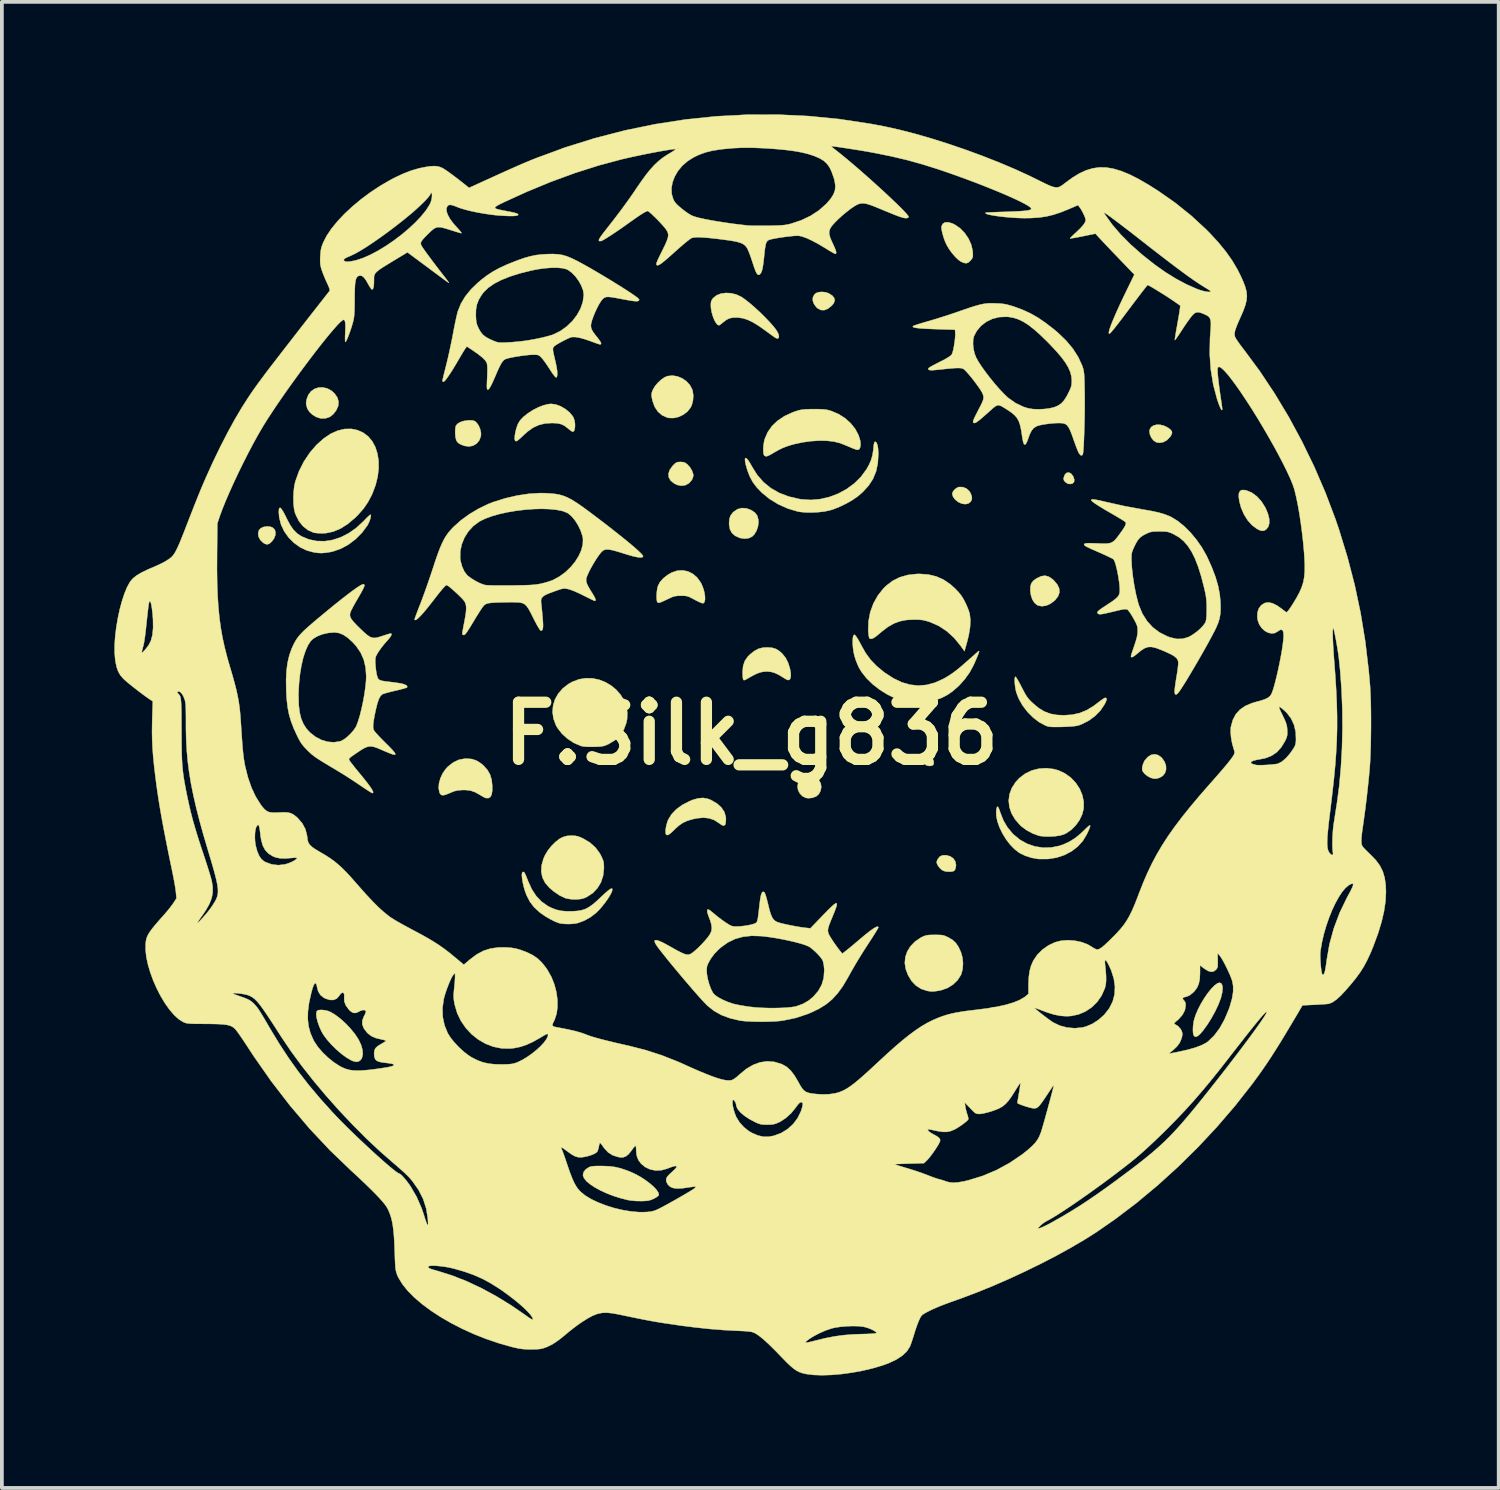
<source format=kicad_pcb>
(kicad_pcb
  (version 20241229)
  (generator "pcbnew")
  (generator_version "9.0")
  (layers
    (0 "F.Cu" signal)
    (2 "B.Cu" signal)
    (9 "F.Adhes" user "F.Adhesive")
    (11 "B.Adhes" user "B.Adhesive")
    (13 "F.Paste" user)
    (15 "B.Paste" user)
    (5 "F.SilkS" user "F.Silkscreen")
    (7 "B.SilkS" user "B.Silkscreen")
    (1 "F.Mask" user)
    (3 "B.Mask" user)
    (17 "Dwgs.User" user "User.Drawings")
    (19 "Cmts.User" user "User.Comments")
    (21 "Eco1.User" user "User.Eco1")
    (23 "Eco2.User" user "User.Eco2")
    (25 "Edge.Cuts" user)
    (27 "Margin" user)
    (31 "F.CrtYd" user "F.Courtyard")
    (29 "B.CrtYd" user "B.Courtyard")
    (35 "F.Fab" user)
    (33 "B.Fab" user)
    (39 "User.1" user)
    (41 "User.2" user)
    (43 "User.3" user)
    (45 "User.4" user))
  (footprint "F.Silk_g836"
    (layer "F.Cu")
    (at 16.975 16.501)
    (property "Reference" "F.Silk_g836" (at 0 0 0) (layer "F.SilkS") (effects (font (size 1.524 1.524) (thickness 0.3))))
    (attr through_hole)
    (fp_poly (pts (xy 4.752 0.578) (xy 4.785 0.605) (xy 4.833 0.667) (xy 4.86 0.737) (xy 4.862 0.801) (xy 4.847 0.836) (xy 4.802 0.861) (xy 4.734 0.864) (xy 4.662 0.846) (xy 4.609 0.805) (xy 4.586 0.741) (xy 4.597 0.665) (xy 4.606 0.645) (xy 4.648 0.581) (xy 4.697 0.559) (xy 4.752 0.578)) (stroke (width 0.01) (type solid)) (fill yes) (layer "F.SilkS"))
    (fp_poly (pts (xy 8.521 -6.93) (xy 8.573 -6.864) (xy 8.581 -6.85) (xy 8.608 -6.767) (xy 8.601 -6.704) (xy 8.561 -6.664) (xy 8.508 -6.651) (xy 8.441 -6.656) (xy 8.383 -6.691) (xy 8.373 -6.699) (xy 8.334 -6.744) (xy 8.323 -6.787) (xy 8.327 -6.822) (xy 8.358 -6.903) (xy 8.405 -6.948) (xy 8.462 -6.957) (xy 8.521 -6.93)) (stroke (width 0.01) (type solid)) (fill yes) (layer "F.SilkS"))
    (fp_poly (pts (xy -12.818 -5.512) (xy -12.763 -5.492) (xy -12.707 -5.442) (xy -12.682 -5.371) (xy -12.687 -5.287) (xy -12.722 -5.198) (xy -12.778 -5.121) (xy -12.842 -5.062) (xy -12.901 -5.041) (xy -12.963 -5.056) (xy -13.011 -5.085) (xy -13.088 -5.16) (xy -13.134 -5.247) (xy -13.145 -5.339) (xy -13.122 -5.422) (xy -13.073 -5.473) (xy -12.997 -5.507) (xy -12.908 -5.521) (xy -12.818 -5.512)) (stroke (width 0.01) (type solid)) (fill yes) (layer "F.SilkS"))
    (fp_poly (pts (xy 1.975 -11.762) (xy 2.056 -11.736) (xy 2.057 -11.736) (xy 2.155 -11.674) (xy 2.21 -11.608) (xy 2.223 -11.539) (xy 2.194 -11.465) (xy 2.143 -11.404) (xy 2.041 -11.323) (xy 1.945 -11.285) (xy 1.854 -11.288) (xy 1.767 -11.333) (xy 1.735 -11.362) (xy 1.67 -11.449) (xy 1.638 -11.538) (xy 1.641 -11.624) (xy 1.679 -11.698) (xy 1.724 -11.738) (xy 1.792 -11.763) (xy 1.881 -11.771) (xy 1.975 -11.762)) (stroke (width 0.01) (type solid)) (fill yes) (layer "F.SilkS"))
    (fp_poly (pts (xy 10.899 -8.229) (xy 11.002 -8.203) (xy 11.101 -8.154) (xy 11.171 -8.101) (xy 11.207 -8.056) (xy 11.214 -8.009) (xy 11.19 -7.951) (xy 11.157 -7.902) (xy 11.078 -7.82) (xy 10.983 -7.768) (xy 10.883 -7.748) (xy 10.795 -7.762) (xy 10.723 -7.808) (xy 10.664 -7.882) (xy 10.624 -7.971) (xy 10.612 -8.06) (xy 10.617 -8.096) (xy 10.653 -8.164) (xy 10.718 -8.209) (xy 10.802 -8.231) (xy 10.899 -8.229)) (stroke (width 0.01) (type solid)) (fill yes) (layer "F.SilkS"))
    (fp_poly (pts (xy 5.634 -6.569) (xy 5.729 -6.533) (xy 5.806 -6.467) (xy 5.842 -6.409) (xy 5.875 -6.323) (xy 5.88 -6.257) (xy 5.859 -6.2) (xy 5.84 -6.173) (xy 5.781 -6.129) (xy 5.7 -6.114) (xy 5.608 -6.128) (xy 5.516 -6.17) (xy 5.51 -6.173) (xy 5.43 -6.239) (xy 5.376 -6.313) (xy 5.355 -6.386) (xy 5.355 -6.389) (xy 5.373 -6.447) (xy 5.42 -6.505) (xy 5.482 -6.551) (xy 5.535 -6.571) (xy 5.634 -6.569)) (stroke (width 0.01) (type solid)) (fill yes) (layer "F.SilkS"))
    (fp_poly (pts (xy 1.616 1.152) (xy 1.715 1.181) (xy 1.796 1.238) (xy 1.808 1.251) (xy 1.852 1.333) (xy 1.864 1.428) (xy 1.846 1.525) (xy 1.801 1.61) (xy 1.731 1.674) (xy 1.72 1.68) (xy 1.619 1.715) (xy 1.514 1.724) (xy 1.449 1.714) (xy 1.361 1.668) (xy 1.292 1.596) (xy 1.247 1.508) (xy 1.231 1.413) (xy 1.248 1.322) (xy 1.258 1.303) (xy 1.32 1.227) (xy 1.408 1.176) (xy 1.51 1.151) (xy 1.616 1.152)) (stroke (width 0.01) (type solid)) (fill yes) (layer "F.SilkS"))
    (fp_poly (pts (xy 5.192 3.243) (xy 5.3 3.272) (xy 5.383 3.329) (xy 5.436 3.407) (xy 5.456 3.501) (xy 5.451 3.55) (xy 5.433 3.62) (xy 5.405 3.66) (xy 5.356 3.678) (xy 5.276 3.683) (xy 5.271 3.683) (xy 5.179 3.676) (xy 5.109 3.654) (xy 5.078 3.635) (xy 5.02 3.582) (xy 4.972 3.517) (xy 4.968 3.509) (xy 4.944 3.455) (xy 4.941 3.416) (xy 4.958 3.37) (xy 4.963 3.359) (xy 5.015 3.286) (xy 5.085 3.248) (xy 5.181 3.242) (xy 5.192 3.243)) (stroke (width 0.01) (type solid)) (fill yes) (layer "F.SilkS"))
    (fp_poly (pts (xy 7.922 -4.184) (xy 8.019 -4.121) (xy 8.062 -4.082) (xy 8.155 -3.973) (xy 8.205 -3.867) (xy 8.213 -3.763) (xy 8.178 -3.662) (xy 8.102 -3.562) (xy 8.082 -3.542) (xy 7.974 -3.461) (xy 7.86 -3.41) (xy 7.748 -3.393) (xy 7.646 -3.411) (xy 7.621 -3.423) (xy 7.546 -3.484) (xy 7.487 -3.58) (xy 7.449 -3.702) (xy 7.436 -3.805) (xy 7.438 -3.919) (xy 7.464 -4.006) (xy 7.52 -4.076) (xy 7.608 -4.138) (xy 7.723 -4.192) (xy 7.826 -4.208) (xy 7.922 -4.184)) (stroke (width 0.01) (type solid)) (fill yes) (layer "F.SilkS"))
    (fp_poly (pts (xy -1.814 -7.234) (xy -1.76 -7.215) (xy -1.704 -7.173) (xy -1.701 -7.17) (xy -1.633 -7.094) (xy -1.58 -7.004) (xy -1.55 -6.915) (xy -1.546 -6.879) (xy -1.556 -6.826) (xy -1.583 -6.764) (xy -1.587 -6.757) (xy -1.662 -6.671) (xy -1.756 -6.62) (xy -1.863 -6.604) (xy -1.975 -6.626) (xy -2.061 -6.668) (xy -2.151 -6.743) (xy -2.2 -6.829) (xy -2.208 -6.923) (xy -2.176 -7.023) (xy -2.103 -7.128) (xy -2.084 -7.148) (xy -2.031 -7.2) (xy -1.989 -7.227) (xy -1.941 -7.237) (xy -1.888 -7.239) (xy -1.814 -7.234)) (stroke (width 0.01) (type solid)) (fill yes) (layer "F.SilkS"))
    (fp_poly (pts (xy -0.13 -6.002) (xy -0.000451 -5.954) (xy 0.000447 -5.953) (xy 0.096 -5.888) (xy 0.157 -5.808) (xy 0.186 -5.706) (xy 0.191 -5.63) (xy 0.176 -5.515) (xy 0.137 -5.403) (xy 0.079 -5.307) (xy 0.017 -5.247) (xy -0.072 -5.206) (xy -0.18 -5.194) (xy -0.292 -5.21) (xy -0.307 -5.214) (xy -0.43 -5.269) (xy -0.516 -5.344) (xy -0.569 -5.442) (xy -0.592 -5.568) (xy -0.593 -5.609) (xy -0.584 -5.722) (xy -0.553 -5.811) (xy -0.494 -5.889) (xy -0.473 -5.909) (xy -0.37 -5.979) (xy -0.255 -6.01) (xy -0.13 -6.002)) (stroke (width 0.01) (type solid)) (fill yes) (layer "F.SilkS"))
    (fp_poly (pts (xy 13.162 -6.488) (xy 13.196 -6.48) (xy 13.341 -6.419) (xy 13.476 -6.319) (xy 13.597 -6.186) (xy 13.7 -6.022) (xy 13.706 -6.01) (xy 13.768 -5.862) (xy 13.802 -5.727) (xy 13.806 -5.609) (xy 13.78 -5.513) (xy 13.725 -5.442) (xy 13.723 -5.441) (xy 13.668 -5.408) (xy 13.613 -5.401) (xy 13.545 -5.421) (xy 13.47 -5.46) (xy 13.342 -5.556) (xy 13.227 -5.686) (xy 13.129 -5.844) (xy 13.053 -6.021) (xy 13.009 -6.184) (xy 12.991 -6.311) (xy 12.996 -6.404) (xy 13.026 -6.464) (xy 13.081 -6.491) (xy 13.162 -6.488)) (stroke (width 0.01) (type solid)) (fill yes) (layer "F.SilkS"))
    (fp_poly (pts (xy -11.299 -9.197) (xy -11.186 -9.134) (xy -11.105 -9.06) (xy -11.032 -8.953) (xy -11.001 -8.843) (xy -11.012 -8.729) (xy -11.065 -8.612) (xy -11.142 -8.512) (xy -11.235 -8.439) (xy -11.348 -8.401) (xy -11.472 -8.399) (xy -11.493 -8.403) (xy -11.598 -8.438) (xy -11.696 -8.497) (xy -11.777 -8.572) (xy -11.831 -8.655) (xy -11.844 -8.695) (xy -11.857 -8.748) (xy -11.865 -8.78) (xy -11.866 -8.816) (xy -11.858 -8.876) (xy -11.852 -8.907) (xy -11.806 -9.028) (xy -11.734 -9.122) (xy -11.64 -9.187) (xy -11.532 -9.222) (xy -11.417 -9.225) (xy -11.299 -9.197)) (stroke (width 0.01) (type solid)) (fill yes) (layer "F.SilkS"))
    (fp_poly (pts (xy 10.842 0.574) (xy 10.929 0.636) (xy 10.946 0.654) (xy 11.016 0.756) (xy 11.052 0.861) (xy 11.054 0.963) (xy 11.025 1.054) (xy 10.965 1.129) (xy 10.876 1.18) (xy 10.857 1.186) (xy 10.79 1.202) (xy 10.736 1.203) (xy 10.674 1.188) (xy 10.636 1.175) (xy 10.569 1.14) (xy 10.501 1.088) (xy 10.48 1.067) (xy 10.437 1.015) (xy 10.418 0.972) (xy 10.417 0.918) (xy 10.42 0.897) (xy 10.439 0.819) (xy 10.474 0.739) (xy 10.486 0.718) (xy 10.567 0.625) (xy 10.656 0.569) (xy 10.749 0.552) (xy 10.842 0.574)) (stroke (width 0.01) (type solid)) (fill yes) (layer "F.SilkS"))
    (fp_poly (pts (xy -7.445 -8.347) (xy -7.395 -8.338) (xy -7.355 -8.315) (xy -7.324 -8.287) (xy -7.268 -8.211) (xy -7.227 -8.112) (xy -7.205 -8.008) (xy -7.208 -7.931) (xy -7.248 -7.818) (xy -7.318 -7.731) (xy -7.411 -7.674) (xy -7.52 -7.651) (xy -7.639 -7.666) (xy -7.652 -7.67) (xy -7.746 -7.705) (xy -7.807 -7.741) (xy -7.847 -7.786) (xy -7.865 -7.822) (xy -7.884 -7.895) (xy -7.893 -7.99) (xy -7.893 -8.089) (xy -7.882 -8.174) (xy -7.874 -8.202) (xy -7.834 -8.254) (xy -7.76 -8.299) (xy -7.663 -8.331) (xy -7.552 -8.347) (xy -7.521 -8.348) (xy -7.445 -8.347)) (stroke (width 0.01) (type solid)) (fill yes) (layer "F.SilkS"))
    (fp_poly (pts (xy -1.97 -9.52) (xy -1.842 -9.467) (xy -1.727 -9.387) (xy -1.635 -9.285) (xy -1.573 -9.166) (xy -1.565 -9.138) (xy -1.547 -9.015) (xy -1.555 -8.882) (xy -1.586 -8.758) (xy -1.618 -8.689) (xy -1.701 -8.584) (xy -1.81 -8.5) (xy -1.934 -8.44) (xy -2.066 -8.41) (xy -2.194 -8.411) (xy -2.244 -8.423) (xy -2.381 -8.485) (xy -2.491 -8.58) (xy -2.576 -8.708) (xy -2.634 -8.869) (xy -2.646 -8.924) (xy -2.659 -9) (xy -2.659 -9.055) (xy -2.646 -9.108) (xy -2.624 -9.162) (xy -2.572 -9.252) (xy -2.496 -9.344) (xy -2.407 -9.427) (xy -2.316 -9.492) (xy -2.238 -9.526) (xy -2.105 -9.541) (xy -1.97 -9.52)) (stroke (width 0.01) (type solid)) (fill yes) (layer "F.SilkS"))
    (fp_poly (pts (xy 5.349 -13.599) (xy 5.423 -13.564) (xy 5.563 -13.468) (xy 5.687 -13.341) (xy 5.788 -13.193) (xy 5.86 -13.033) (xy 5.898 -12.87) (xy 5.901 -12.837) (xy 5.905 -12.757) (xy 5.902 -12.705) (xy 5.888 -12.667) (xy 5.86 -12.629) (xy 5.842 -12.608) (xy 5.787 -12.556) (xy 5.733 -12.535) (xy 5.67 -12.543) (xy 5.591 -12.576) (xy 5.517 -12.627) (xy 5.434 -12.707) (xy 5.348 -12.807) (xy 5.267 -12.919) (xy 5.209 -13.018) (xy 5.17 -13.101) (xy 5.133 -13.2) (xy 5.102 -13.302) (xy 5.079 -13.398) (xy 5.067 -13.475) (xy 5.069 -13.519) (xy 5.103 -13.587) (xy 5.163 -13.624) (xy 5.246 -13.627) (xy 5.349 -13.599)) (stroke (width 0.01) (type solid)) (fill yes) (layer "F.SilkS"))
    (fp_poly (pts (xy 12.527 6.662) (xy 12.553 6.714) (xy 12.561 6.794) (xy 12.551 6.899) (xy 12.522 7.023) (xy 12.51 7.062) (xy 12.446 7.229) (xy 12.36 7.411) (xy 12.259 7.593) (xy 12.15 7.766) (xy 12.04 7.917) (xy 11.974 7.995) (xy 11.905 8.058) (xy 11.85 8.083) (xy 11.808 8.069) (xy 11.791 8.045) (xy 11.775 7.988) (xy 11.77 7.903) (xy 11.774 7.801) (xy 11.787 7.697) (xy 11.801 7.63) (xy 11.845 7.495) (xy 11.907 7.349) (xy 11.985 7.2) (xy 12.072 7.055) (xy 12.164 6.921) (xy 12.257 6.805) (xy 12.345 6.715) (xy 12.425 6.657) (xy 12.427 6.656) (xy 12.485 6.641) (xy 12.527 6.662)) (stroke (width 0.01) (type solid)) (fill yes) (layer "F.SilkS"))
    (fp_poly (pts (xy -11.37 7.374) (xy -11.282 7.395) (xy -11.229 7.416) (xy -11.099 7.491) (xy -10.959 7.596) (xy -10.818 7.723) (xy -10.684 7.863) (xy -10.566 8.008) (xy -10.472 8.15) (xy -10.466 8.161) (xy -10.401 8.3) (xy -10.364 8.431) (xy -10.356 8.548) (xy -10.378 8.646) (xy -10.409 8.697) (xy -10.467 8.741) (xy -10.538 8.751) (xy -10.628 8.726) (xy -10.657 8.713) (xy -10.786 8.639) (xy -10.925 8.537) (xy -11.066 8.416) (xy -11.2 8.283) (xy -11.318 8.147) (xy -11.413 8.016) (xy -11.46 7.932) (xy -11.517 7.802) (xy -11.56 7.679) (xy -11.587 7.568) (xy -11.596 7.477) (xy -11.587 7.413) (xy -11.574 7.391) (xy -11.529 7.371) (xy -11.457 7.366) (xy -11.37 7.374)) (stroke (width 0.01) (type solid)) (fill yes) (layer "F.SilkS"))
    (fp_poly (pts (xy 8.061 0.947) (xy 8.186 0.982) (xy 8.362 1.065) (xy 8.517 1.177) (xy 8.647 1.314) (xy 8.751 1.471) (xy 8.822 1.641) (xy 8.859 1.82) (xy 8.858 1.995) (xy 8.82 2.151) (xy 8.748 2.304) (xy 8.648 2.446) (xy 8.527 2.567) (xy 8.391 2.659) (xy 8.325 2.69) (xy 8.221 2.719) (xy 8.091 2.738) (xy 7.949 2.746) (xy 7.812 2.744) (xy 7.693 2.73) (xy 7.653 2.72) (xy 7.494 2.661) (xy 7.338 2.577) (xy 7.202 2.477) (xy 7.168 2.446) (xy 7.032 2.291) (xy 6.935 2.127) (xy 6.878 1.958) (xy 6.86 1.786) (xy 6.882 1.616) (xy 6.944 1.451) (xy 7.045 1.294) (xy 7.144 1.187) (xy 7.299 1.069) (xy 7.474 0.985) (xy 7.664 0.936) (xy 7.861 0.923) (xy 8.061 0.947)) (stroke (width 0.01) (type solid)) (fill yes) (layer "F.SilkS"))
    (fp_poly (pts (xy -7.448 0.68) (xy -7.325 0.721) (xy -7.207 0.795) (xy -7.134 0.858) (xy -7.032 0.972) (xy -6.962 1.096) (xy -6.921 1.238) (xy -6.905 1.388) (xy -6.905 1.526) (xy -6.922 1.626) (xy -6.955 1.69) (xy -7.007 1.721) (xy -7.077 1.719) (xy -7.115 1.703) (xy -7.174 1.671) (xy -7.24 1.631) (xy -7.364 1.562) (xy -7.483 1.521) (xy -7.613 1.505) (xy -7.719 1.506) (xy -7.829 1.516) (xy -7.921 1.538) (xy -8.021 1.578) (xy -8.035 1.585) (xy -8.137 1.627) (xy -8.21 1.645) (xy -8.261 1.638) (xy -8.295 1.605) (xy -8.313 1.566) (xy -8.334 1.451) (xy -8.323 1.321) (xy -8.284 1.184) (xy -8.221 1.052) (xy -8.135 0.932) (xy -8.085 0.88) (xy -7.944 0.77) (xy -7.798 0.7) (xy -7.643 0.67) (xy -7.588 0.668) (xy -7.448 0.68)) (stroke (width 0.01) (type solid)) (fill yes) (layer "F.SilkS"))
    (fp_poly (pts (xy -1.159 1.739) (xy -1.069 1.775) (xy -0.914 1.866) (xy -0.797 1.972) (xy -0.719 2.09) (xy -0.681 2.22) (xy -0.677 2.28) (xy -0.683 2.378) (xy -0.701 2.436) (xy -0.735 2.456) (xy -0.788 2.439) (xy -0.86 2.389) (xy -0.986 2.307) (xy -1.122 2.259) (xy -1.273 2.242) (xy -1.446 2.258) (xy -1.577 2.286) (xy -1.711 2.327) (xy -1.824 2.379) (xy -1.927 2.45) (xy -2.036 2.547) (xy -2.061 2.573) (xy -2.143 2.65) (xy -2.203 2.695) (xy -2.246 2.707) (xy -2.273 2.689) (xy -2.279 2.676) (xy -2.287 2.619) (xy -2.28 2.535) (xy -2.262 2.439) (xy -2.234 2.344) (xy -2.212 2.291) (xy -2.124 2.148) (xy -1.998 2.017) (xy -1.836 1.9) (xy -1.641 1.801) (xy -1.561 1.768) (xy -1.414 1.726) (xy -1.284 1.716) (xy -1.159 1.739)) (stroke (width 0.01) (type solid)) (fill yes) (layer "F.SilkS"))
    (fp_poly (pts (xy -4.233 -1.471) (xy -4.059 -1.435) (xy -3.894 -1.371) (xy -3.741 -1.282) (xy -3.605 -1.171) (xy -3.489 -1.04) (xy -3.398 -0.894) (xy -3.336 -0.734) (xy -3.305 -0.564) (xy -3.311 -0.386) (xy -3.332 -0.283) (xy -3.399 -0.103) (xy -3.501 0.05) (xy -3.635 0.178) (xy -3.803 0.279) (xy -3.81 0.283) (xy -3.873 0.311) (xy -3.928 0.33) (xy -3.986 0.342) (xy -4.06 0.349) (xy -4.16 0.353) (xy -4.202 0.354) (xy -4.358 0.354) (xy -4.474 0.345) (xy -4.54 0.331) (xy -4.727 0.251) (xy -4.898 0.14) (xy -5.047 0.005) (xy -5.165 -0.147) (xy -5.209 -0.225) (xy -5.273 -0.398) (xy -5.298 -0.573) (xy -5.283 -0.745) (xy -5.232 -0.911) (xy -5.146 -1.064) (xy -5.025 -1.203) (xy -4.873 -1.321) (xy -4.769 -1.379) (xy -4.592 -1.446) (xy -4.412 -1.475) (xy -4.233 -1.471)) (stroke (width 0.01) (type solid)) (fill yes) (layer "F.SilkS"))
    (fp_poly (pts (xy -4.709 2.724) (xy -4.638 2.736) (xy -4.565 2.761) (xy -4.487 2.796) (xy -4.303 2.905) (xy -4.153 3.039) (xy -4.036 3.198) (xy -4.007 3.254) (xy -3.968 3.337) (xy -3.944 3.401) (xy -3.933 3.463) (xy -3.929 3.542) (xy -3.929 3.596) (xy -3.95 3.788) (xy -4.007 3.964) (xy -4.099 4.118) (xy -4.223 4.249) (xy -4.377 4.351) (xy -4.452 4.386) (xy -4.551 4.411) (xy -4.673 4.422) (xy -4.802 4.417) (xy -4.921 4.397) (xy -4.967 4.383) (xy -5.115 4.312) (xy -5.27 4.205) (xy -5.384 4.108) (xy -5.496 3.978) (xy -5.568 3.835) (xy -5.599 3.681) (xy -5.59 3.516) (xy -5.541 3.339) (xy -5.499 3.244) (xy -5.425 3.12) (xy -5.329 2.999) (xy -5.222 2.891) (xy -5.114 2.808) (xy -5.064 2.78) (xy -4.981 2.745) (xy -4.903 2.727) (xy -4.808 2.721) (xy -4.795 2.721) (xy -4.709 2.724)) (stroke (width 0.01) (type solid)) (fill yes) (layer "F.SilkS"))
    (fp_poly (pts (xy -3.805 11.532) (xy -3.64 11.552) (xy -3.482 11.589) (xy -3.313 11.646) (xy -3.199 11.692) (xy -3.066 11.755) (xy -2.935 11.829) (xy -2.811 11.911) (xy -2.699 11.996) (xy -2.603 12.08) (xy -2.529 12.159) (xy -2.481 12.23) (xy -2.465 12.287) (xy -2.468 12.307) (xy -2.493 12.332) (xy -2.544 12.367) (xy -2.6 12.398) (xy -2.664 12.426) (xy -2.723 12.444) (xy -2.791 12.455) (xy -2.882 12.46) (xy -2.932 12.461) (xy -3.072 12.459) (xy -3.206 12.447) (xy -3.291 12.433) (xy -3.489 12.383) (xy -3.68 12.322) (xy -3.861 12.252) (xy -4.027 12.175) (xy -4.175 12.094) (xy -4.298 12.012) (xy -4.395 11.93) (xy -4.459 11.851) (xy -4.487 11.777) (xy -4.487 11.763) (xy -4.469 11.685) (xy -4.412 11.615) (xy -4.333 11.563) (xy -4.296 11.546) (xy -4.248 11.536) (xy -4.18 11.529) (xy -4.086 11.526) (xy -3.99 11.526) (xy -3.805 11.532)) (stroke (width 0.01) (type solid)) (fill yes) (layer "F.SilkS"))
    (fp_poly (pts (xy 0.556 -2.286) (xy 0.664 -2.252) (xy 0.761 -2.188) (xy 0.829 -2.124) (xy 0.916 -2.014) (xy 0.981 -1.885) (xy 1.027 -1.741) (xy 1.049 -1.624) (xy 1.053 -1.529) (xy 1.037 -1.461) (xy 1.012 -1.432) (xy 0.983 -1.425) (xy 0.941 -1.438) (xy 0.877 -1.476) (xy 0.875 -1.477) (xy 0.746 -1.557) (xy 0.637 -1.611) (xy 0.539 -1.641) (xy 0.442 -1.653) (xy 0.417 -1.654) (xy 0.32 -1.648) (xy 0.227 -1.627) (xy 0.128 -1.589) (xy 0.011 -1.529) (xy -0.042 -1.499) (xy -0.119 -1.454) (xy -0.167 -1.429) (xy -0.195 -1.422) (xy -0.21 -1.43) (xy -0.22 -1.452) (xy -0.22 -1.452) (xy -0.226 -1.488) (xy -0.231 -1.554) (xy -0.233 -1.635) (xy -0.233 -1.647) (xy -0.218 -1.803) (xy -0.174 -1.934) (xy -0.096 -2.048) (xy -0.033 -2.111) (xy 0.082 -2.201) (xy 0.191 -2.259) (xy 0.305 -2.289) (xy 0.423 -2.296) (xy 0.556 -2.286)) (stroke (width 0.01) (type solid)) (fill yes) (layer "F.SilkS"))
    (fp_poly (pts (xy 4.994 5.367) (xy 5.067 5.371) (xy 5.123 5.38) (xy 5.176 5.399) (xy 5.239 5.428) (xy 5.262 5.44) (xy 5.368 5.505) (xy 5.452 5.584) (xy 5.522 5.687) (xy 5.584 5.822) (xy 5.59 5.837) (xy 5.629 5.978) (xy 5.642 6.129) (xy 5.632 6.278) (xy 5.597 6.41) (xy 5.586 6.435) (xy 5.496 6.575) (xy 5.374 6.692) (xy 5.226 6.783) (xy 5.056 6.842) (xy 4.97 6.859) (xy 4.886 6.87) (xy 4.828 6.875) (xy 4.778 6.873) (xy 4.719 6.864) (xy 4.682 6.857) (xy 4.525 6.805) (xy 4.387 6.717) (xy 4.271 6.595) (xy 4.178 6.441) (xy 4.116 6.278) (xy 4.091 6.117) (xy 4.105 5.959) (xy 4.157 5.807) (xy 4.244 5.668) (xy 4.363 5.545) (xy 4.511 5.444) (xy 4.548 5.424) (xy 4.607 5.398) (xy 4.66 5.38) (xy 4.72 5.371) (xy 4.798 5.367) (xy 4.892 5.366) (xy 4.994 5.367)) (stroke (width 0.01) (type solid)) (fill yes) (layer "F.SilkS"))
    (fp_poly (pts (xy -1.691 -4.322) (xy -1.561 -4.258) (xy -1.446 -4.16) (xy -1.352 -4.03) (xy -1.32 -3.968) (xy -1.278 -3.86) (xy -1.249 -3.753) (xy -1.235 -3.654) (xy -1.234 -3.57) (xy -1.247 -3.508) (xy -1.276 -3.475) (xy -1.292 -3.471) (xy -1.328 -3.481) (xy -1.39 -3.507) (xy -1.469 -3.545) (xy -1.519 -3.572) (xy -1.606 -3.618) (xy -1.67 -3.648) (xy -1.725 -3.664) (xy -1.784 -3.671) (xy -1.861 -3.672) (xy -1.873 -3.672) (xy -1.968 -3.67) (xy -2.041 -3.66) (xy -2.11 -3.638) (xy -2.191 -3.601) (xy -2.299 -3.55) (xy -2.376 -3.515) (xy -2.428 -3.494) (xy -2.462 -3.486) (xy -2.484 -3.486) (xy -2.498 -3.493) (xy -2.514 -3.524) (xy -2.523 -3.587) (xy -2.525 -3.669) (xy -2.52 -3.761) (xy -2.508 -3.852) (xy -2.489 -3.931) (xy -2.487 -3.937) (xy -2.435 -4.037) (xy -2.347 -4.136) (xy -2.233 -4.226) (xy -2.121 -4.291) (xy -1.976 -4.34) (xy -1.831 -4.35) (xy -1.691 -4.322)) (stroke (width 0.01) (type solid)) (fill yes) (layer "F.SilkS"))
    (fp_poly (pts (xy -10.502 -8.088) (xy -10.346 -8.02) (xy -10.213 -7.92) (xy -10.105 -7.791) (xy -10.022 -7.638) (xy -9.966 -7.463) (xy -9.935 -7.271) (xy -9.933 -7.064) (xy -9.959 -6.848) (xy -10.014 -6.624) (xy -10.099 -6.397) (xy -10.119 -6.353) (xy -10.219 -6.165) (xy -10.335 -5.996) (xy -10.477 -5.834) (xy -10.556 -5.755) (xy -10.752 -5.589) (xy -10.947 -5.464) (xy -11.142 -5.382) (xy -11.338 -5.341) (xy -11.445 -5.336) (xy -11.532 -5.339) (xy -11.608 -5.345) (xy -11.659 -5.353) (xy -11.663 -5.354) (xy -11.817 -5.422) (xy -11.95 -5.527) (xy -12.06 -5.665) (xy -12.145 -5.836) (xy -12.163 -5.884) (xy -12.187 -5.99) (xy -12.202 -6.125) (xy -12.205 -6.277) (xy -12.199 -6.433) (xy -12.183 -6.581) (xy -12.156 -6.71) (xy -12.153 -6.72) (xy -12.056 -6.991) (xy -11.924 -7.252) (xy -11.763 -7.492) (xy -11.589 -7.693) (xy -11.403 -7.86) (xy -11.216 -7.987) (xy -11.029 -8.072) (xy -10.843 -8.117) (xy -10.66 -8.12) (xy -10.502 -8.088)) (stroke (width 0.01) (type solid)) (fill yes) (layer "F.SilkS"))
    (fp_poly (pts (xy -5.21 -8.77) (xy -5.079 -8.721) (xy -4.953 -8.647) (xy -4.842 -8.556) (xy -4.758 -8.454) (xy -4.74 -8.421) (xy -4.715 -8.352) (xy -4.701 -8.271) (xy -4.699 -8.19) (xy -4.707 -8.118) (xy -4.726 -8.066) (xy -4.754 -8.043) (xy -4.757 -8.043) (xy -4.788 -8.057) (xy -4.838 -8.092) (xy -4.89 -8.135) (xy -4.977 -8.202) (xy -5.068 -8.246) (xy -5.174 -8.269) (xy -5.308 -8.276) (xy -5.315 -8.276) (xy -5.499 -8.264) (xy -5.662 -8.224) (xy -5.813 -8.155) (xy -5.96 -8.051) (xy -6.063 -7.96) (xy -6.145 -7.882) (xy -6.203 -7.831) (xy -6.242 -7.802) (xy -6.268 -7.792) (xy -6.287 -7.798) (xy -6.294 -7.803) (xy -6.307 -7.842) (xy -6.306 -7.911) (xy -6.294 -8.001) (xy -6.271 -8.102) (xy -6.238 -8.204) (xy -6.217 -8.258) (xy -6.161 -8.349) (xy -6.071 -8.443) (xy -5.956 -8.534) (xy -5.825 -8.619) (xy -5.686 -8.691) (xy -5.547 -8.746) (xy -5.416 -8.779) (xy -5.334 -8.787) (xy -5.21 -8.77)) (stroke (width 0.01) (type solid)) (fill yes) (layer "F.SilkS"))
    (fp_poly (pts (xy -12.522 -5.984) (xy -12.477 -5.914) (xy -12.419 -5.805) (xy -12.374 -5.712) (xy -12.289 -5.553) (xy -12.202 -5.429) (xy -12.107 -5.334) (xy -11.997 -5.26) (xy -11.987 -5.255) (xy -11.79 -5.173) (xy -11.583 -5.131) (xy -11.37 -5.127) (xy -11.155 -5.161) (xy -10.941 -5.232) (xy -10.731 -5.339) (xy -10.529 -5.481) (xy -10.339 -5.657) (xy -10.322 -5.675) (xy -10.256 -5.743) (xy -10.201 -5.796) (xy -10.161 -5.828) (xy -10.145 -5.834) (xy -10.14 -5.803) (xy -10.15 -5.747) (xy -10.172 -5.676) (xy -10.202 -5.604) (xy -10.232 -5.548) (xy -10.377 -5.353) (xy -10.547 -5.182) (xy -10.735 -5.039) (xy -10.938 -4.928) (xy -11.148 -4.854) (xy -11.232 -4.836) (xy -11.355 -4.817) (xy -11.455 -4.81) (xy -11.55 -4.814) (xy -11.655 -4.828) (xy -11.85 -4.88) (xy -12.031 -4.968) (xy -12.194 -5.085) (xy -12.335 -5.228) (xy -12.45 -5.391) (xy -12.534 -5.569) (xy -12.583 -5.758) (xy -12.594 -5.899) (xy -12.59 -5.974) (xy -12.577 -6.013) (xy -12.555 -6.017) (xy -12.522 -5.984)) (stroke (width 0.01) (type solid)) (fill yes) (layer "F.SilkS"))
    (fp_poly (pts (xy 6.573 1.954) (xy 6.598 1.997) (xy 6.628 2.081) (xy 6.635 2.103) (xy 6.718 2.315) (xy 6.825 2.498) (xy 6.963 2.664) (xy 6.986 2.688) (xy 7.158 2.83) (xy 7.349 2.937) (xy 7.556 3.008) (xy 7.771 3.042) (xy 7.991 3.037) (xy 8.209 2.994) (xy 8.324 2.954) (xy 8.484 2.879) (xy 8.628 2.789) (xy 8.769 2.675) (xy 8.866 2.583) (xy 8.944 2.507) (xy 8.997 2.461) (xy 9.026 2.447) (xy 9.032 2.465) (xy 9.016 2.518) (xy 8.979 2.606) (xy 8.941 2.686) (xy 8.836 2.861) (xy 8.699 3.013) (xy 8.534 3.139) (xy 8.346 3.238) (xy 8.138 3.307) (xy 7.917 3.343) (xy 7.685 3.345) (xy 7.632 3.341) (xy 7.468 3.311) (xy 7.304 3.259) (xy 7.159 3.189) (xy 7.144 3.18) (xy 7.019 3.085) (xy 6.899 2.962) (xy 6.789 2.818) (xy 6.693 2.661) (xy 6.614 2.499) (xy 6.558 2.338) (xy 6.528 2.188) (xy 6.527 2.065) (xy 6.539 1.988) (xy 6.554 1.951) (xy 6.573 1.954)) (stroke (width 0.01) (type solid)) (fill yes) (layer "F.SilkS"))
    (fp_poly (pts (xy -0.54 -11.736) (xy -0.4 -11.701) (xy -0.269 -11.64) (xy -0.255 -11.632) (xy -0.155 -11.561) (xy -0.037 -11.467) (xy 0.093 -11.354) (xy 0.226 -11.232) (xy 0.355 -11.105) (xy 0.475 -10.981) (xy 0.577 -10.867) (xy 0.654 -10.769) (xy 0.673 -10.742) (xy 0.716 -10.664) (xy 0.735 -10.599) (xy 0.732 -10.552) (xy 0.708 -10.529) (xy 0.663 -10.537) (xy 0.646 -10.546) (xy 0.614 -10.567) (xy 0.556 -10.608) (xy 0.479 -10.664) (xy 0.39 -10.729) (xy 0.36 -10.751) (xy 0.189 -10.872) (xy 0.038 -10.964) (xy -0.097 -11.028) (xy -0.223 -11.068) (xy -0.345 -11.086) (xy -0.35 -11.087) (xy -0.476 -11.088) (xy -0.577 -11.069) (xy -0.665 -11.027) (xy -0.748 -10.963) (xy -0.802 -10.919) (xy -0.845 -10.888) (xy -0.864 -10.88) (xy -0.905 -10.899) (xy -0.948 -10.953) (xy -0.99 -11.031) (xy -1.027 -11.127) (xy -1.057 -11.232) (xy -1.075 -11.337) (xy -1.079 -11.41) (xy -1.076 -11.487) (xy -1.063 -11.539) (xy -1.034 -11.585) (xy -1.014 -11.609) (xy -0.925 -11.68) (xy -0.811 -11.725) (xy -0.68 -11.743) (xy -0.54 -11.736)) (stroke (width 0.01) (type solid)) (fill yes) (layer "F.SilkS"))
    (fp_poly (pts (xy 4.718 -4.238) (xy 4.932 -4.186) (xy 5.129 -4.098) (xy 5.313 -3.971) (xy 5.431 -3.864) (xy 5.522 -3.769) (xy 5.591 -3.684) (xy 5.649 -3.594) (xy 5.699 -3.499) (xy 5.745 -3.401) (xy 5.785 -3.301) (xy 5.814 -3.214) (xy 5.822 -3.182) (xy 5.839 -3.023) (xy 5.83 -2.836) (xy 5.796 -2.626) (xy 5.752 -2.447) (xy 5.681 -2.195) (xy 5.579 -2.338) (xy 5.405 -2.55) (xy 5.212 -2.726) (xy 5.001 -2.866) (xy 4.775 -2.967) (xy 4.749 -2.976) (xy 4.653 -3.005) (xy 4.572 -3.024) (xy 4.488 -3.033) (xy 4.386 -3.037) (xy 4.329 -3.037) (xy 4.135 -3.027) (xy 3.962 -2.993) (xy 3.799 -2.933) (xy 3.64 -2.842) (xy 3.476 -2.717) (xy 3.41 -2.66) (xy 3.312 -2.58) (xy 3.237 -2.534) (xy 3.182 -2.522) (xy 3.148 -2.537) (xy 3.137 -2.568) (xy 3.126 -2.63) (xy 3.118 -2.712) (xy 3.116 -2.749) (xy 3.124 -2.995) (xy 3.17 -3.236) (xy 3.253 -3.464) (xy 3.37 -3.675) (xy 3.518 -3.863) (xy 3.592 -3.937) (xy 3.765 -4.069) (xy 3.956 -4.165) (xy 4.169 -4.226) (xy 4.405 -4.253) (xy 4.483 -4.255) (xy 4.718 -4.238)) (stroke (width 0.01) (type solid)) (fill yes) (layer "F.SilkS"))
    (fp_poly (pts (xy 7.054 -1.501) (xy 7.085 -1.454) (xy 7.127 -1.382) (xy 7.176 -1.291) (xy 7.202 -1.24) (xy 7.262 -1.124) (xy 7.31 -1.038) (xy 7.354 -0.97) (xy 7.399 -0.913) (xy 7.454 -0.856) (xy 7.506 -0.807) (xy 7.659 -0.679) (xy 7.81 -0.587) (xy 7.97 -0.527) (xy 8.148 -0.495) (xy 8.327 -0.487) (xy 8.547 -0.501) (xy 8.747 -0.545) (xy 8.935 -0.621) (xy 9.121 -0.733) (xy 9.225 -0.812) (xy 9.301 -0.87) (xy 9.366 -0.916) (xy 9.412 -0.945) (xy 9.43 -0.953) (xy 9.462 -0.943) (xy 9.47 -0.911) (xy 9.452 -0.854) (xy 9.415 -0.778) (xy 9.306 -0.615) (xy 9.163 -0.469) (xy 8.995 -0.345) (xy 8.807 -0.249) (xy 8.727 -0.219) (xy 8.651 -0.202) (xy 8.539 -0.19) (xy 8.388 -0.181) (xy 8.287 -0.177) (xy 8.154 -0.175) (xy 8.056 -0.175) (xy 7.983 -0.178) (xy 7.929 -0.185) (xy 7.884 -0.196) (xy 7.852 -0.208) (xy 7.679 -0.298) (xy 7.514 -0.423) (xy 7.362 -0.575) (xy 7.231 -0.746) (xy 7.127 -0.93) (xy 7.067 -1.085) (xy 7.046 -1.167) (xy 7.031 -1.259) (xy 7.022 -1.349) (xy 7.019 -1.429) (xy 7.024 -1.488) (xy 7.037 -1.516) (xy 7.038 -1.516) (xy 7.054 -1.501)) (stroke (width 0.01) (type solid)) (fill yes) (layer "F.SilkS"))
    (fp_poly (pts (xy 1.8 -8.646) (xy 1.896 -8.642) (xy 1.972 -8.635) (xy 2.037 -8.624) (xy 2.103 -8.606) (xy 2.138 -8.594) (xy 2.327 -8.514) (xy 2.499 -8.404) (xy 2.648 -8.27) (xy 2.769 -8.119) (xy 2.857 -7.953) (xy 2.901 -7.813) (xy 2.912 -7.719) (xy 2.905 -7.64) (xy 2.881 -7.584) (xy 2.845 -7.561) (xy 2.806 -7.566) (xy 2.743 -7.587) (xy 2.667 -7.617) (xy 2.656 -7.622) (xy 2.556 -7.665) (xy 2.444 -7.71) (xy 2.36 -7.742) (xy 2.205 -7.781) (xy 2.02 -7.803) (xy 1.813 -7.807) (xy 1.593 -7.793) (xy 1.368 -7.762) (xy 1.145 -7.714) (xy 1.067 -7.693) (xy 0.945 -7.654) (xy 0.835 -7.611) (xy 0.724 -7.557) (xy 0.598 -7.485) (xy 0.562 -7.463) (xy 0.477 -7.416) (xy 0.418 -7.392) (xy 0.376 -7.392) (xy 0.343 -7.412) (xy 0.343 -7.413) (xy 0.326 -7.452) (xy 0.319 -7.523) (xy 0.319 -7.612) (xy 0.328 -7.709) (xy 0.345 -7.803) (xy 0.358 -7.851) (xy 0.436 -8.032) (xy 0.551 -8.195) (xy 0.702 -8.339) (xy 0.885 -8.461) (xy 1.1 -8.56) (xy 1.206 -8.597) (xy 1.278 -8.618) (xy 1.346 -8.632) (xy 1.421 -8.64) (xy 1.513 -8.645) (xy 1.634 -8.647) (xy 1.672 -8.647) (xy 1.8 -8.646)) (stroke (width 0.01) (type solid)) (fill yes) (layer "F.SilkS"))
    (fp_poly (pts (xy -6.058 3.696) (xy -6.036 3.727) (xy -6.009 3.785) (xy -5.973 3.875) (xy -5.951 3.93) (xy -5.852 4.149) (xy -5.732 4.332) (xy -5.589 4.481) (xy -5.422 4.599) (xy -5.334 4.644) (xy -5.206 4.694) (xy -5.073 4.725) (xy -4.925 4.738) (xy -4.762 4.737) (xy -4.633 4.728) (xy -4.524 4.709) (xy -4.425 4.678) (xy -4.33 4.628) (xy -4.231 4.558) (xy -4.118 4.462) (xy -4.01 4.361) (xy -3.904 4.261) (xy -3.823 4.191) (xy -3.765 4.148) (xy -3.728 4.13) (xy -3.709 4.137) (xy -3.704 4.16) (xy -3.718 4.216) (xy -3.756 4.294) (xy -3.814 4.389) (xy -3.886 4.492) (xy -3.966 4.595) (xy -4.051 4.693) (xy -4.134 4.777) (xy -4.138 4.78) (xy -4.286 4.894) (xy -4.453 4.987) (xy -4.622 5.05) (xy -4.625 5.051) (xy -4.725 5.069) (xy -4.844 5.077) (xy -4.967 5.075) (xy -5.076 5.064) (xy -5.134 5.05) (xy -5.24 5.008) (xy -5.364 4.945) (xy -5.493 4.87) (xy -5.611 4.788) (xy -5.647 4.76) (xy -5.79 4.629) (xy -5.901 4.484) (xy -5.988 4.315) (xy -6.031 4.201) (xy -6.066 4.082) (xy -6.092 3.966) (xy -6.109 3.862) (xy -6.116 3.777) (xy -6.11 3.717) (xy -6.097 3.694) (xy -6.077 3.687) (xy -6.058 3.696)) (stroke (width 0.01) (type solid)) (fill yes) (layer "F.SilkS"))
    (fp_poly (pts (xy 3.333 -7.758) (xy 3.358 -7.701) (xy 3.376 -7.61) (xy 3.385 -7.49) (xy 3.385 -7.447) (xy 3.371 -7.205) (xy 3.325 -6.987) (xy 3.244 -6.789) (xy 3.126 -6.607) (xy 2.969 -6.436) (xy 2.842 -6.326) (xy 2.7 -6.227) (xy 2.531 -6.13) (xy 2.351 -6.043) (xy 2.176 -5.974) (xy 2.085 -5.947) (xy 1.945 -5.918) (xy 1.783 -5.9) (xy 1.612 -5.891) (xy 1.447 -5.893) (xy 1.301 -5.907) (xy 1.239 -5.918) (xy 0.972 -5.997) (xy 0.717 -6.111) (xy 0.481 -6.256) (xy 0.281 -6.42) (xy 0.143 -6.563) (xy 0.037 -6.705) (xy -0.044 -6.857) (xy -0.106 -7.02) (xy -0.145 -7.156) (xy -0.166 -7.256) (xy -0.169 -7.319) (xy -0.156 -7.345) (xy -0.127 -7.334) (xy -0.083 -7.283) (xy -0.026 -7.194) (xy 0.019 -7.112) (xy 0.158 -6.89) (xy 0.325 -6.7) (xy 0.52 -6.541) (xy 0.744 -6.413) (xy 0.996 -6.317) (xy 1.277 -6.252) (xy 1.332 -6.243) (xy 1.584 -6.226) (xy 1.836 -6.248) (xy 2.083 -6.306) (xy 2.321 -6.396) (xy 2.543 -6.518) (xy 2.745 -6.667) (xy 2.922 -6.842) (xy 3.069 -7.041) (xy 3.133 -7.155) (xy 3.19 -7.283) (xy 3.228 -7.412) (xy 3.251 -7.558) (xy 3.257 -7.62) (xy 3.266 -7.706) (xy 3.278 -7.756) (xy 3.293 -7.777) (xy 3.302 -7.779) (xy 3.333 -7.758)) (stroke (width 0.01) (type solid)) (fill yes) (layer "F.SilkS"))
    (fp_poly (pts (xy 2.757 -2.63) (xy 2.786 -2.597) (xy 2.799 -2.58) (xy 2.835 -2.526) (xy 2.879 -2.449) (xy 2.925 -2.364) (xy 2.932 -2.349) (xy 3.048 -2.144) (xy 3.182 -1.962) (xy 3.343 -1.796) (xy 3.537 -1.636) (xy 3.553 -1.624) (xy 3.782 -1.475) (xy 4.006 -1.367) (xy 4.228 -1.302) (xy 4.449 -1.278) (xy 4.67 -1.296) (xy 4.893 -1.356) (xy 5.118 -1.457) (xy 5.207 -1.508) (xy 5.296 -1.564) (xy 5.381 -1.622) (xy 5.47 -1.689) (xy 5.57 -1.77) (xy 5.687 -1.871) (xy 5.79 -1.962) (xy 5.876 -2.038) (xy 5.953 -2.105) (xy 6.014 -2.159) (xy 6.052 -2.192) (xy 6.06 -2.198) (xy 6.072 -2.201) (xy 6.069 -2.176) (xy 6.051 -2.121) (xy 6.016 -2.035) (xy 5.964 -1.913) (xy 5.92 -1.815) (xy 5.818 -1.627) (xy 5.685 -1.443) (xy 5.531 -1.272) (xy 5.363 -1.125) (xy 5.226 -1.031) (xy 5.065 -0.948) (xy 4.902 -0.889) (xy 4.727 -0.852) (xy 4.526 -0.835) (xy 4.477 -0.833) (xy 4.348 -0.831) (xy 4.249 -0.833) (xy 4.167 -0.841) (xy 4.09 -0.856) (xy 4.043 -0.868) (xy 3.83 -0.941) (xy 3.62 -1.044) (xy 3.418 -1.171) (xy 3.232 -1.316) (xy 3.07 -1.475) (xy 2.938 -1.642) (xy 2.874 -1.748) (xy 2.828 -1.847) (xy 2.783 -1.962) (xy 2.75 -2.065) (xy 2.727 -2.168) (xy 2.711 -2.281) (xy 2.702 -2.394) (xy 2.702 -2.494) (xy 2.71 -2.572) (xy 2.723 -2.611) (xy 2.739 -2.633) (xy 2.757 -2.63)) (stroke (width 0.01) (type solid)) (fill yes) (layer "F.SilkS"))
    (fp_poly (pts (xy -10.323 -3.975) (xy -10.312 -3.96) (xy -10.315 -3.929) (xy -10.335 -3.879) (xy -10.372 -3.806) (xy -10.429 -3.704) (xy -10.495 -3.59) (xy -10.552 -3.492) (xy -10.604 -3.398) (xy -10.646 -3.319) (xy -10.672 -3.267) (xy -10.693 -3.208) (xy -10.699 -3.156) (xy -10.688 -3.103) (xy -10.655 -3.044) (xy -10.598 -2.973) (xy -10.514 -2.884) (xy -10.438 -2.809) (xy -10.33 -2.706) (xy -10.244 -2.631) (xy -10.173 -2.581) (xy -10.108 -2.555) (xy -10.042 -2.548) (xy -9.968 -2.559) (xy -9.878 -2.585) (xy -9.833 -2.6) (xy -9.746 -2.629) (xy -9.674 -2.651) (xy -9.625 -2.665) (xy -9.612 -2.667) (xy -9.589 -2.654) (xy -9.597 -2.617) (xy -9.633 -2.56) (xy -9.691 -2.491) (xy -9.778 -2.392) (xy -9.86 -2.289) (xy -9.931 -2.189) (xy -9.984 -2.102) (xy -10.012 -2.043) (xy -10.021 -1.984) (xy -10.022 -1.896) (xy -10.015 -1.791) (xy -10.003 -1.682) (xy -9.986 -1.581) (xy -9.967 -1.507) (xy -9.951 -1.468) (xy -9.926 -1.439) (xy -9.886 -1.418) (xy -9.824 -1.402) (xy -9.731 -1.388) (xy -9.64 -1.377) (xy -9.535 -1.364) (xy -9.432 -1.35) (xy -9.348 -1.337) (xy -9.32 -1.331) (xy -9.241 -1.309) (xy -9.189 -1.281) (xy -9.169 -1.25) (xy -9.178 -1.227) (xy -9.205 -1.216) (xy -9.266 -1.198) (xy -9.351 -1.175) (xy -9.454 -1.15) (xy -9.494 -1.141) (xy -9.604 -1.115) (xy -9.704 -1.089) (xy -9.782 -1.066) (xy -9.831 -1.048) (xy -9.839 -1.044) (xy -9.884 -1) (xy -9.925 -0.925) (xy -9.964 -0.816) (xy -10.001 -0.669) (xy -10.011 -0.627) (xy -10.044 -0.467) (xy -10.066 -0.341) (xy -10.078 -0.246) (xy -10.08 -0.174) (xy -10.073 -0.121) (xy -10.065 -0.095) (xy -10.041 -0.06) (xy -9.993 -0.002) (xy -9.924 0.073) (xy -9.841 0.159) (xy -9.76 0.24) (xy -9.643 0.356) (xy -9.558 0.446) (xy -9.505 0.51) (xy -9.486 0.549) (xy -9.499 0.564) (xy -9.547 0.558) (xy -9.628 0.53) (xy -9.744 0.482) (xy -9.834 0.443) (xy -9.961 0.389) (xy -10.061 0.354) (xy -10.144 0.341) (xy -10.222 0.35) (xy -10.303 0.381) (xy -10.398 0.436) (xy -10.509 0.51) (xy -10.603 0.575) (xy -10.667 0.62) (xy -10.705 0.652) (xy -10.722 0.675) (xy -10.723 0.694) (xy -10.712 0.716) (xy -10.699 0.735) (xy -10.672 0.773) (xy -10.623 0.835) (xy -10.561 0.914) (xy -10.49 1.001) (xy -10.477 1.016) (xy -10.346 1.176) (xy -10.243 1.306) (xy -10.166 1.409) (xy -10.114 1.487) (xy -10.085 1.541) (xy -10.079 1.574) (xy -10.095 1.586) (xy -10.102 1.587) (xy -10.127 1.575) (xy -10.181 1.543) (xy -10.257 1.494) (xy -10.349 1.432) (xy -10.435 1.374) (xy -10.567 1.285) (xy -10.717 1.187) (xy -10.869 1.09) (xy -11.009 1.004) (xy -11.049 0.98) (xy -11.217 0.88) (xy -11.354 0.798) (xy -11.463 0.731) (xy -11.551 0.675) (xy -11.621 0.628) (xy -11.678 0.585) (xy -11.728 0.545) (xy -11.775 0.502) (xy -11.823 0.455) (xy -11.835 0.443) (xy -11.917 0.358) (xy -11.98 0.281) (xy -12.033 0.199) (xy -12.088 0.095) (xy -12.104 0.061) (xy -12.196 -0.138) (xy -12.266 -0.322) (xy -12.319 -0.5) (xy -12.356 -0.685) (xy -12.38 -0.887) (xy -12.387 -0.984) (xy -12.069 -0.984) (xy -12.062 -0.755) (xy -12.038 -0.56) (xy -11.997 -0.394) (xy -11.935 -0.251) (xy -11.853 -0.125) (xy -11.759 -0.024) (xy -11.614 0.089) (xy -11.456 0.171) (xy -11.292 0.22) (xy -11.127 0.233) (xy -10.97 0.21) (xy -10.941 0.201) (xy -10.862 0.16) (xy -10.773 0.092) (xy -10.683 0.008) (xy -10.603 -0.084) (xy -10.542 -0.173) (xy -10.528 -0.201) (xy -10.482 -0.321) (xy -10.435 -0.474) (xy -10.391 -0.65) (xy -10.35 -0.839) (xy -10.315 -1.031) (xy -10.288 -1.217) (xy -10.27 -1.387) (xy -10.264 -1.524) (xy -10.28 -1.758) (xy -10.33 -1.97) (xy -10.415 -2.161) (xy -10.538 -2.338) (xy -10.626 -2.435) (xy -10.755 -2.552) (xy -10.874 -2.632) (xy -10.988 -2.679) (xy -11.104 -2.695) (xy -11.123 -2.695) (xy -11.281 -2.681) (xy -11.433 -2.646) (xy -11.568 -2.593) (xy -11.678 -2.527) (xy -11.738 -2.472) (xy -11.814 -2.358) (xy -11.882 -2.207) (xy -11.942 -2.025) (xy -11.991 -1.816) (xy -12.029 -1.586) (xy -12.055 -1.34) (xy -12.068 -1.082) (xy -12.069 -0.984) (xy -12.387 -0.984) (xy -12.395 -1.118) (xy -12.396 -1.155) (xy -12.4 -1.432) (xy -12.388 -1.677) (xy -12.359 -1.894) (xy -12.312 -2.091) (xy -12.246 -2.275) (xy -12.186 -2.402) (xy -12.146 -2.474) (xy -12.101 -2.543) (xy -12.047 -2.612) (xy -11.98 -2.686) (xy -11.895 -2.769) (xy -11.788 -2.865) (xy -11.655 -2.98) (xy -11.53 -3.085) (xy -11.311 -3.266) (xy -11.11 -3.431) (xy -10.927 -3.576) (xy -10.766 -3.702) (xy -10.628 -3.806) (xy -10.514 -3.887) (xy -10.427 -3.943) (xy -10.369 -3.974) (xy -10.348 -3.979) (xy -10.323 -3.975)) (stroke (width 0.01) (type solid)) (fill yes) (layer "F.SilkS"))
    (fp_poly (pts (xy 0.349 4.233) (xy 0.364 4.262) (xy 0.386 4.324) (xy 0.411 4.411) (xy 0.438 4.515) (xy 0.448 4.556) (xy 0.484 4.703) (xy 0.518 4.813) (xy 0.552 4.894) (xy 0.589 4.952) (xy 0.633 4.993) (xy 0.68 5.02) (xy 0.732 5.039) (xy 0.818 5.062) (xy 0.926 5.087) (xy 1.049 5.113) (xy 1.176 5.137) (xy 1.299 5.158) (xy 1.409 5.174) (xy 1.438 5.177) (xy 1.574 5.192) (xy 1.906 4.847) (xy 2.031 4.719) (xy 2.13 4.622) (xy 2.202 4.557) (xy 2.251 4.525) (xy 2.276 4.525) (xy 2.28 4.558) (xy 2.263 4.623) (xy 2.228 4.722) (xy 2.174 4.854) (xy 2.16 4.889) (xy 2.107 5.017) (xy 2.071 5.113) (xy 2.049 5.185) (xy 2.041 5.24) (xy 2.044 5.286) (xy 2.057 5.33) (xy 2.062 5.344) (xy 2.09 5.397) (xy 2.137 5.474) (xy 2.197 5.565) (xy 2.264 5.66) (xy 2.33 5.749) (xy 2.376 5.807) (xy 2.425 5.867) (xy 2.541 5.776) (xy 2.601 5.728) (xy 2.683 5.66) (xy 2.777 5.581) (xy 2.873 5.5) (xy 2.889 5.486) (xy 3.043 5.357) (xy 3.168 5.259) (xy 3.264 5.191) (xy 3.333 5.154) (xy 3.373 5.146) (xy 3.387 5.167) (xy 3.376 5.191) (xy 3.344 5.245) (xy 3.297 5.323) (xy 3.235 5.42) (xy 3.165 5.53) (xy 3.135 5.575) (xy 2.993 5.794) (xy 2.87 5.992) (xy 2.757 6.18) (xy 2.648 6.371) (xy 2.572 6.509) (xy 2.438 6.735) (xy 2.3 6.925) (xy 2.153 7.085) (xy 1.989 7.22) (xy 1.802 7.336) (xy 1.585 7.44) (xy 1.513 7.47) (xy 1.191 7.578) (xy 0.859 7.647) (xy 0.751 7.662) (xy 0.626 7.672) (xy 0.476 7.678) (xy 0.313 7.681) (xy 0.146 7.68) (xy -0.015 7.675) (xy -0.157 7.667) (xy -0.272 7.655) (xy -0.307 7.65) (xy -0.568 7.588) (xy -0.797 7.503) (xy -0.997 7.391) (xy -1.172 7.251) (xy -1.214 7.209) (xy -1.301 7.117) (xy -1.409 6.997) (xy -1.534 6.855) (xy -1.669 6.698) (xy -1.812 6.531) (xy -1.955 6.36) (xy -2.006 6.299) (xy -1.192 6.299) (xy -1.184 6.414) (xy -1.161 6.543) (xy -1.125 6.675) (xy -1.08 6.798) (xy -1.028 6.901) (xy -1.003 6.937) (xy -0.951 6.985) (xy -0.868 7.039) (xy -0.762 7.095) (xy -0.645 7.147) (xy -0.524 7.19) (xy -0.467 7.207) (xy -0.392 7.224) (xy -0.289 7.244) (xy -0.171 7.264) (xy -0.05 7.282) (xy -0.043 7.283) (xy 0.102 7.299) (xy 0.267 7.31) (xy 0.442 7.316) (xy 0.619 7.317) (xy 0.789 7.313) (xy 0.945 7.305) (xy 1.077 7.292) (xy 1.177 7.275) (xy 1.195 7.271) (xy 1.377 7.205) (xy 1.534 7.113) (xy 1.652 7.014) (xy 1.784 6.862) (xy 1.877 6.694) (xy 1.93 6.511) (xy 1.944 6.312) (xy 1.943 6.278) (xy 1.932 6.168) (xy 1.913 6.079) (xy 1.897 6.037) (xy 1.853 5.973) (xy 1.786 5.895) (xy 1.706 5.815) (xy 1.624 5.742) (xy 1.552 5.688) (xy 1.528 5.675) (xy 1.441 5.638) (xy 1.319 5.599) (xy 1.171 5.559) (xy 1.004 5.52) (xy 0.826 5.483) (xy 0.645 5.45) (xy 0.468 5.423) (xy 0.303 5.403) (xy 0.263 5.399) (xy 0.008 5.391) (xy -0.221 5.416) (xy -0.43 5.474) (xy -0.624 5.567) (xy -0.805 5.696) (xy -0.877 5.76) (xy -0.991 5.879) (xy -1.085 6.007) (xy -1.154 6.132) (xy -1.182 6.21) (xy -1.192 6.299) (xy -2.006 6.299) (xy -2.096 6.191) (xy -2.228 6.03) (xy -2.346 5.882) (xy -2.447 5.754) (xy -2.494 5.692) (xy -2.552 5.605) (xy -2.578 5.545) (xy -2.572 5.512) (xy -2.533 5.506) (xy -2.461 5.526) (xy -2.356 5.573) (xy -2.219 5.647) (xy -2.193 5.661) (xy -2.049 5.743) (xy -1.935 5.805) (xy -1.846 5.849) (xy -1.778 5.877) (xy -1.725 5.891) (xy -1.682 5.893) (xy -1.643 5.885) (xy -1.638 5.884) (xy -1.588 5.856) (xy -1.517 5.801) (xy -1.434 5.727) (xy -1.344 5.639) (xy -1.255 5.544) (xy -1.174 5.449) (xy -1.161 5.434) (xy -1.101 5.348) (xy -1.065 5.269) (xy -1.053 5.187) (xy -1.064 5.092) (xy -1.097 4.978) (xy -1.135 4.879) (xy -1.167 4.786) (xy -1.177 4.722) (xy -1.166 4.691) (xy -1.134 4.693) (xy -1.127 4.697) (xy -1.094 4.72) (xy -1.04 4.763) (xy -0.975 4.817) (xy -0.963 4.827) (xy -0.881 4.894) (xy -0.782 4.968) (xy -0.688 5.035) (xy -0.68 5.04) (xy -0.6 5.091) (xy -0.541 5.122) (xy -0.491 5.138) (xy -0.435 5.143) (xy -0.405 5.143) (xy -0.3 5.139) (xy -0.189 5.127) (xy -0.08 5.11) (xy 0.017 5.088) (xy 0.091 5.065) (xy 0.132 5.042) (xy 0.149 5.017) (xy 0.164 4.975) (xy 0.177 4.91) (xy 0.19 4.816) (xy 0.203 4.697) (xy 0.222 4.531) (xy 0.239 4.404) (xy 0.257 4.312) (xy 0.277 4.253) (xy 0.298 4.223) (xy 0.323 4.218) (xy 0.349 4.233)) (stroke (width 0.01) (type solid)) (fill yes) (layer "F.SilkS"))
    (fp_poly (pts (xy 6.509 -11.466) (xy 6.632 -11.46) (xy 6.729 -11.45) (xy 6.82 -11.432) (xy 6.92 -11.404) (xy 7.004 -11.378) (xy 7.226 -11.296) (xy 7.434 -11.201) (xy 7.637 -11.086) (xy 7.842 -10.946) (xy 8.058 -10.779) (xy 8.181 -10.675) (xy 8.393 -10.47) (xy 8.572 -10.255) (xy 8.714 -10.033) (xy 8.817 -9.808) (xy 8.821 -9.796) (xy 8.837 -9.749) (xy 8.85 -9.705) (xy 8.86 -9.658) (xy 8.867 -9.604) (xy 8.873 -9.535) (xy 8.877 -9.446) (xy 8.88 -9.33) (xy 8.883 -9.183) (xy 8.885 -9.058) (xy 8.886 -8.902) (xy 8.886 -8.732) (xy 8.885 -8.553) (xy 8.882 -8.371) (xy 8.877 -8.19) (xy 8.872 -8.017) (xy 8.866 -7.856) (xy 8.86 -7.714) (xy 8.853 -7.596) (xy 8.845 -7.507) (xy 8.838 -7.453) (xy 8.835 -7.443) (xy 8.81 -7.411) (xy 8.776 -7.419) (xy 8.738 -7.463) (xy 8.722 -7.49) (xy 8.699 -7.543) (xy 8.666 -7.624) (xy 8.63 -7.722) (xy 8.596 -7.816) (xy 8.544 -7.964) (xy 8.499 -8.077) (xy 8.458 -8.159) (xy 8.416 -8.215) (xy 8.37 -8.25) (xy 8.315 -8.268) (xy 8.246 -8.275) (xy 8.196 -8.276) (xy 8.077 -8.272) (xy 7.949 -8.26) (xy 7.823 -8.243) (xy 7.712 -8.223) (xy 7.627 -8.2) (xy 7.605 -8.191) (xy 7.53 -8.145) (xy 7.47 -8.075) (xy 7.419 -7.973) (xy 7.395 -7.906) (xy 7.355 -7.795) (xy 7.321 -7.726) (xy 7.292 -7.699) (xy 7.268 -7.713) (xy 7.246 -7.77) (xy 7.226 -7.869) (xy 7.218 -7.921) (xy 7.193 -8.088) (xy 7.164 -8.221) (xy 7.128 -8.326) (xy 7.081 -8.411) (xy 7.019 -8.484) (xy 6.938 -8.552) (xy 6.852 -8.611) (xy 6.747 -8.678) (xy 6.669 -8.724) (xy 6.609 -8.747) (xy 6.559 -8.747) (xy 6.509 -8.725) (xy 6.451 -8.681) (xy 6.377 -8.615) (xy 6.373 -8.611) (xy 6.248 -8.5) (xy 6.151 -8.415) (xy 6.077 -8.353) (xy 6.022 -8.312) (xy 5.983 -8.287) (xy 5.955 -8.277) (xy 5.947 -8.276) (xy 5.921 -8.281) (xy 5.91 -8.299) (xy 5.915 -8.335) (xy 5.936 -8.393) (xy 5.977 -8.478) (xy 6.037 -8.595) (xy 6.04 -8.602) (xy 6.104 -8.724) (xy 6.149 -8.816) (xy 6.177 -8.886) (xy 6.189 -8.941) (xy 6.188 -8.988) (xy 6.175 -9.034) (xy 6.152 -9.087) (xy 6.119 -9.145) (xy 6.064 -9.226) (xy 5.995 -9.322) (xy 5.918 -9.423) (xy 5.839 -9.522) (xy 5.765 -9.609) (xy 5.703 -9.676) (xy 5.684 -9.694) (xy 5.656 -9.716) (xy 5.621 -9.731) (xy 5.575 -9.74) (xy 5.511 -9.743) (xy 5.425 -9.74) (xy 5.311 -9.731) (xy 5.163 -9.717) (xy 5.05 -9.704) (xy 4.93 -9.692) (xy 4.846 -9.685) (xy 4.789 -9.683) (xy 4.754 -9.687) (xy 4.732 -9.696) (xy 4.724 -9.702) (xy 4.715 -9.715) (xy 4.717 -9.728) (xy 4.732 -9.745) (xy 4.767 -9.769) (xy 4.824 -9.802) (xy 4.908 -9.846) (xy 5.022 -9.905) (xy 5.121 -9.954) (xy 5.204 -10) (xy 5.277 -10.046) (xy 5.328 -10.086) (xy 5.34 -10.099) (xy 5.36 -10.145) (xy 5.381 -10.221) (xy 5.401 -10.319) (xy 5.41 -10.381) (xy 5.909 -10.381) (xy 5.922 -10.251) (xy 5.952 -10.124) (xy 5.991 -10.022) (xy 6.053 -9.912) (xy 6.139 -9.779) (xy 6.244 -9.633) (xy 6.361 -9.481) (xy 6.483 -9.33) (xy 6.606 -9.189) (xy 6.722 -9.065) (xy 6.825 -8.966) (xy 6.854 -8.941) (xy 7.045 -8.807) (xy 7.25 -8.709) (xy 7.38 -8.668) (xy 7.504 -8.648) (xy 7.651 -8.642) (xy 7.807 -8.649) (xy 7.954 -8.668) (xy 8.077 -8.698) (xy 8.082 -8.7) (xy 8.182 -8.743) (xy 8.263 -8.8) (xy 8.334 -8.877) (xy 8.402 -8.983) (xy 8.449 -9.073) (xy 8.493 -9.165) (xy 8.52 -9.234) (xy 8.535 -9.294) (xy 8.54 -9.36) (xy 8.541 -9.407) (xy 8.531 -9.521) (xy 8.501 -9.637) (xy 8.448 -9.759) (xy 8.37 -9.889) (xy 8.265 -10.031) (xy 8.13 -10.189) (xy 7.964 -10.366) (xy 7.875 -10.457) (xy 7.694 -10.632) (xy 7.533 -10.775) (xy 7.388 -10.888) (xy 7.252 -10.975) (xy 7.123 -11.038) (xy 6.996 -11.08) (xy 6.866 -11.103) (xy 6.801 -11.108) (xy 6.609 -11.1) (xy 6.429 -11.055) (xy 6.266 -10.977) (xy 6.124 -10.868) (xy 6.009 -10.732) (xy 5.936 -10.595) (xy 5.913 -10.5) (xy 5.909 -10.381) (xy 5.41 -10.381) (xy 5.418 -10.426) (xy 5.43 -10.532) (xy 5.436 -10.626) (xy 5.435 -10.689) (xy 5.429 -10.763) (xy 4.917 -10.779) (xy 4.724 -10.786) (xy 4.57 -10.794) (xy 4.454 -10.804) (xy 4.373 -10.815) (xy 4.324 -10.827) (xy 4.304 -10.843) (xy 4.311 -10.86) (xy 4.337 -10.872) (xy 4.397 -10.893) (xy 4.485 -10.921) (xy 4.593 -10.954) (xy 4.717 -10.99) (xy 4.732 -10.994) (xy 4.892 -11.041) (xy 5.07 -11.097) (xy 5.252 -11.155) (xy 5.419 -11.211) (xy 5.503 -11.24) (xy 5.692 -11.306) (xy 5.848 -11.359) (xy 5.977 -11.399) (xy 6.085 -11.429) (xy 6.178 -11.449) (xy 6.263 -11.462) (xy 6.347 -11.468) (xy 6.434 -11.468) (xy 6.509 -11.466)) (stroke (width 0.01) (type solid)) (fill yes) (layer "F.SilkS"))
    (fp_poly (pts (xy 9.167 -6.234) (xy 9.27 -6.215) (xy 9.406 -6.183) (xy 9.409 -6.182) (xy 9.929 -6.065) (xy 10.448 -5.969) (xy 10.499 -5.961) (xy 10.703 -5.924) (xy 10.872 -5.886) (xy 11.014 -5.844) (xy 11.136 -5.797) (xy 11.197 -5.768) (xy 11.365 -5.665) (xy 11.536 -5.526) (xy 11.704 -5.359) (xy 11.862 -5.17) (xy 12.005 -4.965) (xy 12.127 -4.752) (xy 12.146 -4.714) (xy 12.273 -4.433) (xy 12.371 -4.176) (xy 12.441 -3.935) (xy 12.485 -3.707) (xy 12.504 -3.506) (xy 12.508 -3.336) (xy 12.501 -3.193) (xy 12.479 -3.067) (xy 12.441 -2.943) (xy 12.383 -2.809) (xy 12.337 -2.716) (xy 12.265 -2.58) (xy 12.18 -2.423) (xy 12.085 -2.252) (xy 11.983 -2.073) (xy 11.879 -1.892) (xy 11.775 -1.715) (xy 11.676 -1.548) (xy 11.585 -1.397) (xy 11.504 -1.269) (xy 11.439 -1.169) (xy 11.415 -1.133) (xy 11.367 -1.072) (xy 11.334 -1.043) (xy 11.309 -1.041) (xy 11.296 -1.051) (xy 11.285 -1.078) (xy 11.283 -1.131) (xy 11.289 -1.214) (xy 11.304 -1.33) (xy 11.328 -1.482) (xy 11.336 -1.53) (xy 11.355 -1.647) (xy 11.369 -1.753) (xy 11.378 -1.841) (xy 11.38 -1.901) (xy 11.378 -1.916) (xy 11.364 -1.964) (xy 11.336 -2.007) (xy 11.289 -2.049) (xy 11.22 -2.093) (xy 11.123 -2.142) (xy 10.993 -2.2) (xy 10.914 -2.233) (xy 10.779 -2.283) (xy 10.67 -2.308) (xy 10.575 -2.306) (xy 10.485 -2.275) (xy 10.389 -2.215) (xy 10.296 -2.138) (xy 10.213 -2.071) (xy 10.156 -2.037) (xy 10.124 -2.037) (xy 10.118 -2.057) (xy 10.124 -2.086) (xy 10.142 -2.146) (xy 10.169 -2.229) (xy 10.203 -2.326) (xy 10.207 -2.338) (xy 10.249 -2.467) (xy 10.277 -2.568) (xy 10.292 -2.652) (xy 10.297 -2.731) (xy 10.296 -2.794) (xy 10.289 -2.846) (xy 10.273 -2.898) (xy 10.244 -2.961) (xy 10.199 -3.045) (xy 10.181 -3.077) (xy 10.126 -3.171) (xy 10.075 -3.246) (xy 10.035 -3.294) (xy 10.017 -3.308) (xy 9.986 -3.315) (xy 9.936 -3.313) (xy 9.862 -3.301) (xy 9.756 -3.277) (xy 9.7 -3.263) (xy 9.556 -3.229) (xy 9.448 -3.204) (xy 9.369 -3.188) (xy 9.314 -3.181) (xy 9.277 -3.181) (xy 9.252 -3.188) (xy 9.239 -3.197) (xy 9.223 -3.215) (xy 9.223 -3.235) (xy 9.242 -3.261) (xy 9.284 -3.297) (xy 9.352 -3.346) (xy 9.452 -3.412) (xy 9.494 -3.44) (xy 9.613 -3.518) (xy 9.699 -3.582) (xy 9.758 -3.636) (xy 9.795 -3.686) (xy 9.814 -3.737) (xy 9.821 -3.796) (xy 9.821 -3.818) (xy 9.817 -3.919) (xy 9.804 -4.036) (xy 9.785 -4.162) (xy 9.762 -4.29) (xy 9.736 -4.409) (xy 9.709 -4.513) (xy 9.682 -4.593) (xy 9.657 -4.641) (xy 9.652 -4.646) (xy 9.621 -4.665) (xy 9.557 -4.698) (xy 9.545 -4.703) (xy 10.131 -4.703) (xy 10.132 -4.631) (xy 10.143 -4.422) (xy 10.169 -4.189) (xy 10.206 -3.948) (xy 10.252 -3.713) (xy 10.306 -3.5) (xy 10.331 -3.417) (xy 10.423 -3.194) (xy 10.547 -2.998) (xy 10.7 -2.83) (xy 10.881 -2.694) (xy 11.088 -2.59) (xy 11.175 -2.559) (xy 11.342 -2.522) (xy 11.496 -2.525) (xy 11.642 -2.568) (xy 11.683 -2.587) (xy 11.781 -2.646) (xy 11.881 -2.72) (xy 11.973 -2.801) (xy 12.048 -2.882) (xy 12.099 -2.953) (xy 12.111 -2.98) (xy 12.125 -3.047) (xy 12.134 -3.153) (xy 12.137 -3.294) (xy 12.137 -3.334) (xy 12.135 -3.463) (xy 12.128 -3.57) (xy 12.115 -3.671) (xy 12.093 -3.783) (xy 12.067 -3.895) (xy 11.991 -4.189) (xy 11.911 -4.444) (xy 11.826 -4.663) (xy 11.734 -4.848) (xy 11.634 -5.002) (xy 11.524 -5.128) (xy 11.403 -5.229) (xy 11.268 -5.307) (xy 11.263 -5.31) (xy 11.188 -5.345) (xy 11.128 -5.367) (xy 11.071 -5.38) (xy 11.002 -5.385) (xy 10.908 -5.387) (xy 10.88 -5.387) (xy 10.774 -5.386) (xy 10.698 -5.381) (xy 10.639 -5.37) (xy 10.582 -5.351) (xy 10.53 -5.327) (xy 10.435 -5.278) (xy 10.363 -5.225) (xy 10.304 -5.158) (xy 10.25 -5.068) (xy 10.21 -4.989) (xy 10.171 -4.902) (xy 10.147 -4.836) (xy 10.135 -4.776) (xy 10.131 -4.703) (xy 9.545 -4.703) (xy 9.469 -4.739) (xy 9.364 -4.787) (xy 9.268 -4.829) (xy 9.154 -4.879) (xy 9.052 -4.924) (xy 8.97 -4.963) (xy 8.914 -4.992) (xy 8.893 -5.005) (xy 8.871 -5.033) (xy 8.873 -5.053) (xy 8.902 -5.066) (xy 8.961 -5.073) (xy 9.056 -5.073) (xy 9.188 -5.069) (xy 9.216 -5.068) (xy 9.357 -5.062) (xy 9.464 -5.063) (xy 9.545 -5.072) (xy 9.609 -5.094) (xy 9.664 -5.131) (xy 9.718 -5.186) (xy 9.779 -5.264) (xy 9.804 -5.298) (xy 9.884 -5.409) (xy 9.94 -5.494) (xy 9.972 -5.555) (xy 9.984 -5.599) (xy 9.977 -5.63) (xy 9.968 -5.64) (xy 9.941 -5.66) (xy 9.883 -5.697) (xy 9.801 -5.747) (xy 9.701 -5.806) (xy 9.595 -5.868) (xy 9.415 -5.972) (xy 9.272 -6.059) (xy 9.166 -6.127) (xy 9.096 -6.179) (xy 9.061 -6.215) (xy 9.062 -6.235) (xy 9.097 -6.242) (xy 9.167 -6.234)) (stroke (width 0.01) (type solid)) (fill yes) (layer "F.SilkS"))
    (fp_poly (pts (xy -5.15 -12.773) (xy -5.027 -12.753) (xy -4.905 -12.716) (xy -4.773 -12.66) (xy -4.625 -12.587) (xy -4.503 -12.521) (xy -4.363 -12.443) (xy -4.211 -12.356) (xy -4.051 -12.262) (xy -3.887 -12.164) (xy -3.724 -12.065) (xy -3.567 -11.968) (xy -3.42 -11.876) (xy -3.288 -11.791) (xy -3.176 -11.717) (xy -3.088 -11.656) (xy -3.029 -11.611) (xy -3.007 -11.59) (xy -2.987 -11.559) (xy -3 -11.539) (xy -3.007 -11.534) (xy -3.029 -11.525) (xy -3.065 -11.522) (xy -3.12 -11.526) (xy -3.2 -11.536) (xy -3.308 -11.555) (xy -3.451 -11.581) (xy -3.498 -11.59) (xy -3.633 -11.615) (xy -3.733 -11.631) (xy -3.807 -11.638) (xy -3.86 -11.636) (xy -3.9 -11.625) (xy -3.935 -11.604) (xy -3.954 -11.589) (xy -3.999 -11.537) (xy -4.051 -11.455) (xy -4.106 -11.351) (xy -4.161 -11.236) (xy -4.209 -11.12) (xy -4.247 -11.013) (xy -4.27 -10.924) (xy -4.276 -10.878) (xy -4.271 -10.82) (xy -4.252 -10.764) (xy -4.216 -10.701) (xy -4.156 -10.62) (xy -4.119 -10.575) (xy -4.051 -10.486) (xy -4.012 -10.425) (xy -4.003 -10.388) (xy -4.021 -10.372) (xy -4.03 -10.372) (xy -4.062 -10.379) (xy -4.122 -10.399) (xy -4.202 -10.427) (xy -4.257 -10.448) (xy -4.425 -10.507) (xy -4.571 -10.547) (xy -4.691 -10.568) (xy -4.78 -10.568) (xy -4.801 -10.563) (xy -4.858 -10.542) (xy -4.936 -10.505) (xy -5.025 -10.46) (xy -5.113 -10.412) (xy -5.189 -10.367) (xy -5.241 -10.332) (xy -5.25 -10.324) (xy -5.271 -10.302) (xy -5.284 -10.277) (xy -5.288 -10.242) (xy -5.283 -10.191) (xy -5.269 -10.117) (xy -5.245 -10.012) (xy -5.227 -9.939) (xy -5.194 -9.786) (xy -5.175 -9.662) (xy -5.171 -9.568) (xy -5.182 -9.509) (xy -5.201 -9.488) (xy -5.222 -9.502) (xy -5.26 -9.546) (xy -5.31 -9.615) (xy -5.368 -9.704) (xy -5.371 -9.708) (xy -5.433 -9.804) (xy -5.496 -9.895) (xy -5.551 -9.969) (xy -5.591 -10.016) (xy -5.634 -10.059) (xy -5.67 -10.083) (xy -5.715 -10.094) (xy -5.782 -10.096) (xy -5.813 -10.096) (xy -5.9 -10.093) (xy -6.011 -10.082) (xy -6.135 -10.066) (xy -6.26 -10.047) (xy -6.377 -10.026) (xy -6.475 -10.004) (xy -6.543 -9.984) (xy -6.551 -9.981) (xy -6.591 -9.957) (xy -6.63 -9.916) (xy -6.672 -9.853) (xy -6.719 -9.762) (xy -6.775 -9.639) (xy -6.805 -9.568) (xy -6.871 -9.416) (xy -6.924 -9.302) (xy -6.966 -9.224) (xy -6.999 -9.179) (xy -7.021 -9.165) (xy -7.034 -9.169) (xy -7.042 -9.186) (xy -7.047 -9.22) (xy -7.048 -9.279) (xy -7.045 -9.368) (xy -7.04 -9.492) (xy -7.035 -9.627) (xy -7.034 -9.727) (xy -7.037 -9.799) (xy -7.044 -9.851) (xy -7.055 -9.889) (xy -7.056 -9.891) (xy -7.097 -9.952) (xy -7.175 -10.028) (xy -7.29 -10.119) (xy -7.444 -10.226) (xy -7.458 -10.235) (xy -7.582 -10.317) (xy -7.62 -10.266) (xy -7.645 -10.228) (xy -7.686 -10.162) (xy -7.736 -10.078) (xy -7.791 -9.984) (xy -7.793 -9.981) (xy -7.885 -9.824) (xy -7.97 -9.685) (xy -8.046 -9.567) (xy -8.11 -9.475) (xy -8.16 -9.411) (xy -8.194 -9.38) (xy -8.202 -9.377) (xy -8.23 -9.388) (xy -8.234 -9.398) (xy -8.229 -9.425) (xy -8.215 -9.485) (xy -8.194 -9.574) (xy -8.166 -9.684) (xy -8.135 -9.808) (xy -8.13 -9.827) (xy -8.091 -9.988) (xy -8.049 -10.173) (xy -8.008 -10.367) (xy -7.97 -10.551) (xy -7.948 -10.668) (xy -7.921 -10.811) (xy -7.893 -10.95) (xy -7.865 -11.078) (xy -7.851 -11.137) (xy -7.342 -11.137) (xy -7.342 -11.124) (xy -7.336 -11.024) (xy -7.326 -10.95) (xy -7.308 -10.887) (xy -7.277 -10.818) (xy -7.26 -10.783) (xy -7.211 -10.699) (xy -7.156 -10.632) (xy -7.086 -10.575) (xy -6.991 -10.521) (xy -6.867 -10.465) (xy -6.808 -10.442) (xy -6.758 -10.427) (xy -6.703 -10.42) (xy -6.633 -10.419) (xy -6.535 -10.422) (xy -6.504 -10.424) (xy -6.373 -10.432) (xy -6.225 -10.445) (xy -6.084 -10.461) (xy -6.027 -10.468) (xy -5.872 -10.493) (xy -5.713 -10.523) (xy -5.559 -10.556) (xy -5.422 -10.591) (xy -5.311 -10.624) (xy -5.269 -10.639) (xy -5.085 -10.731) (xy -4.918 -10.851) (xy -4.77 -10.993) (xy -4.647 -11.154) (xy -4.552 -11.325) (xy -4.491 -11.503) (xy -4.466 -11.681) (xy -4.466 -11.699) (xy -4.483 -11.812) (xy -4.53 -11.937) (xy -4.6 -12.063) (xy -4.686 -12.181) (xy -4.782 -12.281) (xy -4.881 -12.354) (xy -4.927 -12.376) (xy -5.034 -12.403) (xy -5.173 -12.415) (xy -5.337 -12.414) (xy -5.519 -12.4) (xy -5.712 -12.372) (xy -5.859 -12.342) (xy -6.165 -12.266) (xy -6.432 -12.182) (xy -6.66 -12.091) (xy -6.851 -11.992) (xy -7.008 -11.884) (xy -7.131 -11.766) (xy -7.193 -11.684) (xy -7.268 -11.556) (xy -7.315 -11.432) (xy -7.339 -11.296) (xy -7.342 -11.137) (xy -7.851 -11.137) (xy -7.841 -11.183) (xy -7.821 -11.257) (xy -7.819 -11.261) (xy -7.739 -11.46) (xy -7.624 -11.651) (xy -7.473 -11.837) (xy -7.284 -12.02) (xy -7.18 -12.107) (xy -7.032 -12.219) (xy -6.882 -12.316) (xy -6.719 -12.405) (xy -6.532 -12.492) (xy -6.408 -12.543) (xy -6.21 -12.62) (xy -6.04 -12.679) (xy -5.887 -12.721) (xy -5.743 -12.751) (xy -5.596 -12.769) (xy -5.45 -12.778) (xy -5.287 -12.781) (xy -5.15 -12.773)) (stroke (width 0.01) (type solid)) (fill yes) (layer "F.SilkS"))
    (fp_poly (pts (xy -5.504 -6.407) (xy -5.359 -6.399) (xy -5.232 -6.387) (xy -5.118 -6.367) (xy -5.011 -6.336) (xy -4.904 -6.293) (xy -4.791 -6.235) (xy -4.668 -6.158) (xy -4.526 -6.062) (xy -4.362 -5.942) (xy -4.264 -5.869) (xy -4.027 -5.69) (xy -3.807 -5.521) (xy -3.606 -5.363) (xy -3.425 -5.219) (xy -3.267 -5.09) (xy -3.133 -4.978) (xy -3.026 -4.883) (xy -2.948 -4.808) (xy -2.899 -4.755) (xy -2.883 -4.725) (xy -2.884 -4.723) (xy -2.904 -4.699) (xy -2.955 -4.692) (xy -3.038 -4.701) (xy -3.154 -4.726) (xy -3.305 -4.769) (xy -3.414 -4.803) (xy -3.568 -4.851) (xy -3.689 -4.884) (xy -3.781 -4.902) (xy -3.852 -4.907) (xy -3.906 -4.899) (xy -3.949 -4.879) (xy -3.964 -4.868) (xy -4.012 -4.819) (xy -4.071 -4.743) (xy -4.136 -4.646) (xy -4.203 -4.538) (xy -4.267 -4.426) (xy -4.324 -4.318) (xy -4.368 -4.222) (xy -4.396 -4.146) (xy -4.403 -4.107) (xy -4.398 -4.05) (xy -4.38 -3.989) (xy -4.345 -3.917) (xy -4.291 -3.823) (xy -4.253 -3.764) (xy -4.192 -3.662) (xy -4.157 -3.591) (xy -4.15 -3.549) (xy -4.169 -3.535) (xy -4.169 -3.535) (xy -4.195 -3.544) (xy -4.25 -3.569) (xy -4.329 -3.608) (xy -4.424 -3.655) (xy -4.471 -3.679) (xy -4.593 -3.739) (xy -4.708 -3.79) (xy -4.807 -3.829) (xy -4.879 -3.85) (xy -4.879 -3.85) (xy -4.933 -3.861) (xy -4.976 -3.865) (xy -5.02 -3.862) (xy -5.073 -3.85) (xy -5.146 -3.826) (xy -5.248 -3.791) (xy -5.26 -3.786) (xy -5.39 -3.738) (xy -5.484 -3.697) (xy -5.547 -3.658) (xy -5.585 -3.616) (xy -5.603 -3.569) (xy -5.605 -3.51) (xy -5.602 -3.486) (xy -5.581 -3.287) (xy -5.566 -3.127) (xy -5.556 -3.001) (xy -5.551 -2.905) (xy -5.552 -2.835) (xy -5.559 -2.788) (xy -5.571 -2.759) (xy -5.589 -2.745) (xy -5.611 -2.741) (xy -5.631 -2.759) (xy -5.665 -2.811) (xy -5.711 -2.889) (xy -5.765 -2.99) (xy -5.81 -3.079) (xy -5.878 -3.214) (xy -5.934 -3.317) (xy -5.985 -3.392) (xy -6.037 -3.444) (xy -6.099 -3.476) (xy -6.177 -3.493) (xy -6.278 -3.499) (xy -6.411 -3.5) (xy -6.509 -3.499) (xy -6.679 -3.496) (xy -6.813 -3.492) (xy -6.915 -3.485) (xy -6.992 -3.476) (xy -7.048 -3.462) (xy -7.089 -3.444) (xy -7.12 -3.42) (xy -7.132 -3.408) (xy -7.163 -3.369) (xy -7.209 -3.302) (xy -7.265 -3.215) (xy -7.326 -3.117) (xy -7.343 -3.088) (xy -7.43 -2.945) (xy -7.497 -2.834) (xy -7.55 -2.751) (xy -7.589 -2.693) (xy -7.618 -2.656) (xy -7.64 -2.635) (xy -7.658 -2.626) (xy -7.667 -2.625) (xy -7.699 -2.642) (xy -7.704 -2.662) (xy -7.7 -2.696) (xy -7.689 -2.762) (xy -7.673 -2.851) (xy -7.653 -2.954) (xy -7.651 -2.963) (xy -7.622 -3.123) (xy -7.604 -3.249) (xy -7.599 -3.347) (xy -7.606 -3.424) (xy -7.625 -3.486) (xy -7.657 -3.539) (xy -7.664 -3.548) (xy -7.708 -3.598) (xy -7.77 -3.66) (xy -7.842 -3.73) (xy -7.919 -3.8) (xy -7.992 -3.864) (xy -8.055 -3.916) (xy -8.101 -3.949) (xy -8.12 -3.958) (xy -8.142 -3.947) (xy -8.181 -3.911) (xy -8.237 -3.849) (xy -8.312 -3.758) (xy -8.408 -3.636) (xy -8.508 -3.507) (xy -8.626 -3.357) (xy -8.729 -3.233) (xy -8.817 -3.136) (xy -8.886 -3.068) (xy -8.937 -3.031) (xy -8.967 -3.025) (xy -8.975 -3.046) (xy -8.967 -3.071) (xy -8.947 -3.129) (xy -8.915 -3.213) (xy -8.875 -3.319) (xy -8.828 -3.439) (xy -8.818 -3.464) (xy -8.766 -3.602) (xy -8.705 -3.769) (xy -8.64 -3.952) (xy -8.575 -4.14) (xy -8.514 -4.321) (xy -8.487 -4.402) (xy -8.416 -4.619) (xy -8.396 -4.674) (xy -7.76 -4.674) (xy -7.75 -4.601) (xy -7.71 -4.454) (xy -7.653 -4.326) (xy -7.581 -4.228) (xy -7.556 -4.204) (xy -7.46 -4.133) (xy -7.35 -4.066) (xy -7.239 -4.009) (xy -7.138 -3.97) (xy -7.086 -3.957) (xy -7.035 -3.953) (xy -6.949 -3.949) (xy -6.834 -3.947) (xy -6.697 -3.946) (xy -6.545 -3.946) (xy -6.385 -3.947) (xy -6.382 -3.947) (xy -6.196 -3.95) (xy -6.045 -3.953) (xy -5.925 -3.957) (xy -5.827 -3.963) (xy -5.747 -3.971) (xy -5.677 -3.981) (xy -5.611 -3.993) (xy -5.599 -3.996) (xy -5.495 -4.022) (xy -5.389 -4.054) (xy -5.301 -4.086) (xy -5.284 -4.093) (xy -5.114 -4.185) (xy -4.958 -4.299) (xy -4.818 -4.432) (xy -4.698 -4.577) (xy -4.601 -4.731) (xy -4.531 -4.887) (xy -4.492 -5.04) (xy -4.486 -5.186) (xy -4.5 -5.263) (xy -4.549 -5.41) (xy -4.617 -5.552) (xy -4.699 -5.681) (xy -4.788 -5.788) (xy -4.879 -5.866) (xy -4.91 -5.884) (xy -5.034 -5.931) (xy -5.192 -5.963) (xy -5.377 -5.982) (xy -5.583 -5.989) (xy -5.803 -5.983) (xy -6.032 -5.966) (xy -6.264 -5.938) (xy -6.491 -5.9) (xy -6.709 -5.852) (xy -6.91 -5.795) (xy -7.088 -5.73) (xy -7.238 -5.657) (xy -7.254 -5.647) (xy -7.41 -5.531) (xy -7.541 -5.388) (xy -7.645 -5.224) (xy -7.718 -5.045) (xy -7.757 -4.86) (xy -7.76 -4.674) (xy -8.396 -4.674) (xy -8.352 -4.801) (xy -8.294 -4.953) (xy -8.239 -5.079) (xy -8.185 -5.187) (xy -8.128 -5.28) (xy -8.066 -5.364) (xy -7.996 -5.445) (xy -7.938 -5.506) (xy -7.743 -5.681) (xy -7.518 -5.845) (xy -7.272 -5.992) (xy -7.017 -6.115) (xy -6.883 -6.168) (xy -6.562 -6.269) (xy -6.24 -6.344) (xy -5.925 -6.391) (xy -5.627 -6.409) (xy -5.504 -6.407)) (stroke (width 0.01) (type solid)) (fill yes) (layer "F.SilkS"))
    (fp_poly (pts (xy 1.538 -16.457) (xy 2.358 -16.375) (xy 3.175 -16.252) (xy 3.556 -16.18) (xy 3.949 -16.092) (xy 4.369 -15.984) (xy 4.809 -15.857) (xy 5.26 -15.714) (xy 5.715 -15.559) (xy 6.166 -15.393) (xy 6.606 -15.22) (xy 7.026 -15.042) (xy 7.418 -14.862) (xy 7.615 -14.765) (xy 7.771 -14.688) (xy 7.895 -14.628) (xy 7.993 -14.587) (xy 8.071 -14.563) (xy 8.135 -14.555) (xy 8.191 -14.563) (xy 8.244 -14.586) (xy 8.3 -14.624) (xy 8.361 -14.671) (xy 8.552 -14.811) (xy 8.735 -14.924) (xy 8.914 -15.008) (xy 9.092 -15.063) (xy 9.272 -15.09) (xy 9.458 -15.087) (xy 9.653 -15.054) (xy 9.86 -14.992) (xy 10.084 -14.9) (xy 10.326 -14.777) (xy 10.591 -14.624) (xy 10.843 -14.464) (xy 11.298 -14.146) (xy 11.726 -13.802) (xy 12.121 -13.437) (xy 12.224 -13.333) (xy 12.455 -13.082) (xy 12.651 -12.841) (xy 12.818 -12.604) (xy 12.959 -12.365) (xy 13.039 -12.205) (xy 13.113 -12.041) (xy 13.166 -11.901) (xy 13.198 -11.777) (xy 13.208 -11.66) (xy 13.197 -11.541) (xy 13.165 -11.413) (xy 13.112 -11.266) (xy 13.036 -11.092) (xy 13.029 -11.077) (xy 12.966 -10.935) (xy 12.922 -10.824) (xy 12.893 -10.738) (xy 12.88 -10.671) (xy 12.881 -10.617) (xy 12.893 -10.569) (xy 12.897 -10.56) (xy 12.92 -10.519) (xy 12.965 -10.452) (xy 13.025 -10.367) (xy 13.096 -10.273) (xy 13.134 -10.224) (xy 13.552 -9.659) (xy 13.95 -9.06) (xy 14.327 -8.433) (xy 14.679 -7.781) (xy 15.004 -7.111) (xy 15.299 -6.427) (xy 15.562 -5.734) (xy 15.664 -5.435) (xy 15.891 -4.694) (xy 16.083 -3.955) (xy 16.24 -3.209) (xy 16.364 -2.451) (xy 16.456 -1.673) (xy 16.492 -1.259) (xy 16.501 -1.091) (xy 16.509 -0.889) (xy 16.514 -0.661) (xy 16.516 -0.417) (xy 16.516 -0.164) (xy 16.513 0.09) (xy 16.509 0.335) (xy 16.501 0.563) (xy 16.492 0.766) (xy 16.48 0.931) (xy 16.458 1.176) (xy 16.43 1.444) (xy 16.399 1.723) (xy 16.365 1.999) (xy 16.33 2.259) (xy 16.298 2.485) (xy 16.275 2.65) (xy 16.262 2.778) (xy 16.259 2.876) (xy 16.265 2.947) (xy 16.282 2.997) (xy 16.284 3) (xy 16.309 3.032) (xy 16.358 3.085) (xy 16.425 3.152) (xy 16.501 3.226) (xy 16.502 3.226) (xy 16.644 3.373) (xy 16.753 3.52) (xy 16.83 3.675) (xy 16.881 3.847) (xy 16.908 4.042) (xy 16.915 4.219) (xy 16.903 4.468) (xy 16.864 4.732) (xy 16.799 5.015) (xy 16.706 5.322) (xy 16.583 5.655) (xy 16.583 5.657) (xy 16.497 5.865) (xy 16.412 6.046) (xy 16.324 6.211) (xy 16.225 6.367) (xy 16.11 6.525) (xy 15.973 6.693) (xy 15.837 6.849) (xy 15.71 6.985) (xy 15.599 7.086) (xy 15.502 7.155) (xy 15.415 7.195) (xy 15.371 7.205) (xy 15.321 7.21) (xy 15.24 7.216) (xy 15.136 7.222) (xy 15.022 7.229) (xy 14.991 7.23) (xy 14.689 7.244) (xy 14.57 7.448) (xy 14.397 7.739) (xy 14.242 7.998) (xy 14.101 8.23) (xy 13.97 8.439) (xy 13.847 8.631) (xy 13.729 8.809) (xy 13.611 8.98) (xy 13.492 9.147) (xy 13.367 9.317) (xy 13.338 9.356) (xy 12.891 9.925) (xy 12.411 10.483) (xy 11.905 11.025) (xy 11.376 11.546) (xy 10.829 12.042) (xy 10.269 12.509) (xy 9.7 12.941) (xy 9.207 13.283) (xy 8.883 13.488) (xy 8.524 13.699) (xy 8.138 13.912) (xy 7.73 14.124) (xy 7.309 14.33) (xy 6.88 14.529) (xy 6.451 14.717) (xy 6.028 14.889) (xy 5.619 15.044) (xy 5.515 15.081) (xy 5.313 15.153) (xy 5.145 15.215) (xy 5.003 15.271) (xy 4.882 15.323) (xy 4.773 15.373) (xy 4.696 15.412) (xy 4.617 15.455) (xy 4.565 15.489) (xy 4.529 15.526) (xy 4.499 15.576) (xy 4.47 15.638) (xy 4.436 15.72) (xy 4.397 15.827) (xy 4.359 15.942) (xy 4.337 16.013) (xy 4.305 16.117) (xy 4.272 16.217) (xy 4.243 16.299) (xy 4.226 16.341) (xy 4.145 16.466) (xy 4.024 16.581) (xy 3.863 16.686) (xy 3.661 16.781) (xy 3.485 16.845) (xy 3.228 16.92) (xy 2.958 16.984) (xy 2.68 17.034) (xy 2.404 17.072) (xy 2.136 17.095) (xy 1.884 17.103) (xy 1.656 17.095) (xy 1.468 17.071) (xy 1.375 17.051) (xy 1.293 17.024) (xy 1.215 16.986) (xy 1.136 16.933) (xy 1.049 16.861) (xy 0.948 16.766) (xy 0.828 16.643) (xy 0.796 16.609) (xy 0.611 16.419) (xy 0.451 16.262) (xy 0.414 16.229) (xy 1.448 16.229) (xy 1.479 16.231) (xy 1.547 16.22) (xy 1.653 16.194) (xy 1.697 16.183) (xy 1.97 16.116) (xy 2.221 16.067) (xy 2.467 16.034) (xy 2.724 16.014) (xy 2.917 16.007) (xy 3.075 16.003) (xy 3.194 15.997) (xy 3.276 15.991) (xy 3.323 15.983) (xy 3.339 15.974) (xy 3.339 15.973) (xy 3.311 15.943) (xy 3.254 15.907) (xy 3.176 15.87) (xy 3.089 15.837) (xy 3.002 15.814) (xy 2.983 15.81) (xy 2.858 15.796) (xy 2.707 15.792) (xy 2.543 15.798) (xy 2.38 15.812) (xy 2.233 15.834) (xy 2.148 15.853) (xy 1.992 15.905) (xy 1.824 15.978) (xy 1.664 16.061) (xy 1.558 16.127) (xy 1.489 16.177) (xy 1.451 16.211) (xy 1.448 16.229) (xy 0.414 16.229) (xy 0.314 16.138) (xy 0.2 16.047) (xy 0.108 15.987) (xy 0.09 15.978) (xy 0.052 15.962) (xy 0.009 15.949) (xy -0.046 15.94) (xy -0.12 15.932) (xy -0.219 15.925) (xy -0.351 15.919) (xy -0.42 15.916) (xy -0.758 15.898) (xy -1.106 15.87) (xy -1.472 15.831) (xy -1.864 15.782) (xy -2.287 15.72) (xy -2.328 15.714) (xy -2.442 15.696) (xy -2.551 15.678) (xy -2.661 15.658) (xy -2.78 15.636) (xy -2.914 15.61) (xy -3.068 15.579) (xy -3.249 15.542) (xy -3.463 15.497) (xy -3.535 15.482) (xy -3.705 15.451) (xy -3.85 15.436) (xy -3.979 15.441) (xy -4.101 15.466) (xy -4.225 15.515) (xy -4.362 15.588) (xy -4.52 15.688) (xy -4.529 15.694) (xy -4.631 15.766) (xy -4.747 15.853) (xy -4.863 15.944) (xy -4.939 16.008) (xy -5.08 16.124) (xy -5.202 16.214) (xy -5.313 16.284) (xy -5.423 16.338) (xy -5.494 16.367) (xy -5.559 16.388) (xy -5.625 16.402) (xy -5.703 16.41) (xy -5.804 16.413) (xy -5.874 16.413) (xy -5.994 16.412) (xy -6.093 16.405) (xy -6.187 16.392) (xy -6.294 16.37) (xy -6.399 16.344) (xy -6.736 16.248) (xy -7.068 16.135) (xy -7.392 16.007) (xy -7.704 15.865) (xy -8.002 15.712) (xy -8.282 15.55) (xy -8.541 15.381) (xy -8.775 15.207) (xy -8.982 15.03) (xy -9.159 14.852) (xy -9.301 14.674) (xy -9.407 14.5) (xy -9.443 14.419) (xy -9.458 14.376) (xy -9.47 14.331) (xy -9.48 14.278) (xy -9.486 14.222) (xy -8.611 14.222) (xy -8.602 14.24) (xy -8.57 14.259) (xy -8.512 14.28) (xy -8.421 14.307) (xy -8.343 14.329) (xy -7.97 14.447) (xy -7.584 14.599) (xy -7.19 14.784) (xy -6.794 14.999) (xy -6.4 15.241) (xy -6.035 15.492) (xy -5.943 15.558) (xy -5.879 15.599) (xy -5.841 15.618) (xy -5.823 15.618) (xy -5.821 15.609) (xy -5.838 15.559) (xy -5.887 15.489) (xy -5.965 15.402) (xy -6.066 15.303) (xy -6.189 15.194) (xy -6.329 15.08) (xy -6.482 14.962) (xy -6.645 14.845) (xy -6.733 14.786) (xy -6.955 14.646) (xy -7.174 14.529) (xy -7.402 14.429) (xy -7.649 14.341) (xy -7.927 14.261) (xy -7.948 14.256) (xy -8.057 14.231) (xy -8.174 14.211) (xy -8.291 14.196) (xy -8.4 14.186) (xy -8.494 14.183) (xy -8.563 14.187) (xy -8.601 14.198) (xy -8.604 14.202) (xy -8.611 14.222) (xy -9.486 14.222) (xy -9.487 14.211) (xy -9.493 14.122) (xy -9.498 14.006) (xy -9.503 13.856) (xy -9.505 13.801) (xy -9.514 13.563) (xy -9.527 13.363) (xy -9.544 13.193) (xy 7.631 13.193) (xy 7.694 13.181) (xy 7.736 13.166) (xy 7.805 13.135) (xy 7.894 13.091) (xy 7.993 13.039) (xy 8.022 13.022) (xy 8.263 12.886) (xy 8.496 12.748) (xy 8.728 12.604) (xy 8.964 12.45) (xy 9.21 12.282) (xy 9.47 12.098) (xy 9.751 11.893) (xy 10.057 11.664) (xy 10.074 11.652) (xy 10.297 11.482) (xy 10.497 11.324) (xy 10.678 11.175) (xy 10.845 11.03) (xy 11.004 10.884) (xy 11.158 10.732) (xy 11.312 10.569) (xy 11.471 10.392) (xy 11.64 10.194) (xy 11.824 9.973) (xy 12.027 9.722) (xy 12.057 9.684) (xy 12.248 9.444) (xy 12.436 9.206) (xy 12.618 8.973) (xy 12.792 8.747) (xy 12.958 8.53) (xy 13.112 8.326) (xy 13.254 8.136) (xy 13.381 7.963) (xy 13.491 7.81) (xy 13.584 7.678) (xy 13.656 7.571) (xy 13.707 7.49) (xy 13.733 7.438) (xy 13.737 7.423) (xy 13.729 7.417) (xy 13.704 7.434) (xy 13.662 7.476) (xy 13.601 7.544) (xy 13.521 7.639) (xy 13.421 7.761) (xy 13.299 7.913) (xy 13.155 8.095) (xy 12.988 8.308) (xy 12.797 8.553) (xy 12.707 8.67) (xy 12.458 8.988) (xy 12.226 9.276) (xy 12.004 9.542) (xy 11.789 9.791) (xy 11.573 10.029) (xy 11.352 10.263) (xy 11.12 10.5) (xy 10.993 10.626) (xy 10.863 10.752) (xy 10.727 10.882) (xy 10.592 11.008) (xy 10.465 11.124) (xy 10.354 11.223) (xy 10.276 11.29) (xy 10.118 11.419) (xy 9.94 11.559) (xy 9.748 11.706) (xy 9.545 11.859) (xy 9.335 12.014) (xy 9.122 12.168) (xy 8.912 12.318) (xy 8.707 12.461) (xy 8.513 12.594) (xy 8.333 12.714) (xy 8.171 12.818) (xy 8.032 12.904) (xy 7.92 12.968) (xy 7.873 12.992) (xy 7.797 13.038) (xy 7.723 13.097) (xy 7.704 13.115) (xy 7.631 13.193) (xy -9.544 13.193) (xy -9.544 13.193) (xy -9.566 13.047) (xy -9.594 12.921) (xy -9.63 12.809) (xy -9.674 12.703) (xy -9.702 12.647) (xy -9.752 12.57) (xy -9.835 12.467) (xy -9.95 12.34) (xy -10.097 12.19) (xy -10.274 12.017) (xy -10.48 11.821) (xy -10.67 11.646) (xy -11.235 11.103) (xy -11.779 10.524) (xy -12.3 9.91) (xy -12.798 9.264) (xy -13.271 8.587) (xy -13.432 8.34) (xy -13.511 8.22) (xy -13.587 8.107) (xy -13.655 8.009) (xy -13.712 7.931) (xy -13.753 7.88) (xy -13.761 7.871) (xy -13.804 7.834) (xy -13.852 7.804) (xy -13.91 7.781) (xy -13.985 7.764) (xy -14.081 7.752) (xy -14.203 7.744) (xy -14.356 7.74) (xy -14.546 7.738) (xy -14.563 7.738) (xy -14.718 7.737) (xy -14.838 7.736) (xy -14.928 7.733) (xy -14.995 7.728) (xy -15.045 7.722) (xy -15.084 7.712) (xy -15.119 7.699) (xy -15.139 7.69) (xy -15.26 7.615) (xy -15.383 7.503) (xy -15.506 7.36) (xy -15.626 7.192) (xy -15.739 7.004) (xy -15.779 6.927) (xy -13.822 6.927) (xy -13.803 6.939) (xy -13.753 6.959) (xy -13.681 6.985) (xy -13.647 6.997) (xy -13.52 7.041) (xy -13.425 7.081) (xy -13.352 7.121) (xy -13.292 7.168) (xy -13.248 7.211) (xy -13.217 7.245) (xy -13.189 7.278) (xy -13.16 7.314) (xy -13.129 7.359) (xy -13.092 7.417) (xy -13.045 7.493) (xy -12.986 7.591) (xy -12.912 7.717) (xy -12.827 7.863) (xy -12.581 8.269) (xy -12.331 8.65) (xy -12.072 9.013) (xy -11.795 9.368) (xy -11.497 9.723) (xy -11.169 10.087) (xy -11.058 10.205) (xy -10.941 10.326) (xy -10.81 10.458) (xy -10.668 10.597) (xy -10.52 10.74) (xy -10.368 10.884) (xy -10.216 11.026) (xy -10.067 11.164) (xy -9.924 11.293) (xy -9.791 11.411) (xy -9.671 11.514) (xy -9.567 11.601) (xy -9.483 11.667) (xy -9.423 11.71) (xy -9.389 11.726) (xy -9.388 11.726) (xy -9.355 11.743) (xy -9.305 11.788) (xy -9.244 11.856) (xy -9.176 11.939) (xy -9.108 12.032) (xy -9.083 12.069) (xy -8.919 12.351) (xy -8.787 12.654) (xy -8.739 12.795) (xy -8.696 12.932) (xy -8.663 13.028) (xy -8.639 13.086) (xy -8.624 13.105) (xy -8.616 13.088) (xy -8.616 13.034) (xy -8.621 12.946) (xy -8.622 12.928) (xy -8.664 12.662) (xy -8.746 12.407) (xy -8.869 12.163) (xy -9.034 11.929) (xy -9.125 11.823) (xy -9.179 11.769) (xy -9.257 11.695) (xy -9.353 11.609) (xy -9.456 11.518) (xy -9.534 11.452) (xy -9.894 11.137) (xy -9.994 11.044) (xy -5.067 11.044) (xy -5.053 11.083) (xy -5.051 11.086) (xy -5.034 11.125) (xy -5.008 11.197) (xy -4.973 11.293) (xy -4.935 11.405) (xy -4.905 11.494) (xy -4.841 11.681) (xy -4.783 11.833) (xy -4.73 11.955) (xy -4.677 12.053) (xy -4.623 12.133) (xy -4.564 12.2) (xy -4.551 12.213) (xy -4.426 12.314) (xy -4.267 12.41) (xy -4.08 12.499) (xy -3.874 12.579) (xy -3.655 12.647) (xy -3.431 12.7) (xy -3.21 12.737) (xy -2.999 12.755) (xy -2.889 12.756) (xy -2.776 12.752) (xy -2.691 12.743) (xy -2.621 12.729) (xy -2.553 12.707) (xy -2.52 12.693) (xy -2.464 12.667) (xy -2.379 12.623) (xy -2.274 12.566) (xy -2.154 12.5) (xy -2.027 12.429) (xy -1.9 12.356) (xy -1.78 12.287) (xy -1.674 12.224) (xy -1.589 12.172) (xy -1.533 12.135) (xy -1.524 12.129) (xy -1.491 12.098) (xy -1.483 12.078) (xy -1.483 12.077) (xy -1.508 12.075) (xy -1.564 12.081) (xy -1.641 12.092) (xy -1.674 12.097) (xy -1.842 12.121) (xy -1.977 12.127) (xy -2.082 12.114) (xy -2.161 12.081) (xy -2.22 12.026) (xy -2.251 11.974) (xy -2.27 11.918) (xy -2.269 11.868) (xy -2.243 11.815) (xy -2.188 11.753) (xy -2.115 11.686) (xy -2.037 11.613) (xy -1.996 11.562) (xy -1.991 11.533) (xy -2.021 11.526) (xy -2.088 11.54) (xy -2.192 11.577) (xy -2.233 11.594) (xy -2.392 11.639) (xy -2.549 11.646) (xy -2.698 11.617) (xy -2.833 11.552) (xy -2.919 11.479) (xy 3.817 11.479) (xy 3.834 11.487) (xy 3.884 11.505) (xy 3.962 11.529) (xy 4.061 11.559) (xy 4.122 11.577) (xy 4.258 11.618) (xy 4.405 11.665) (xy 4.546 11.714) (xy 4.665 11.758) (xy 4.678 11.763) (xy 4.779 11.803) (xy 4.873 11.837) (xy 4.949 11.863) (xy 4.995 11.876) (xy 5.058 11.893) (xy 5.137 11.918) (xy 5.186 11.936) (xy 5.28 11.962) (xy 5.388 11.971) (xy 5.514 11.962) (xy 5.668 11.935) (xy 5.794 11.905) (xy 6.17 11.789) (xy 6.537 11.634) (xy 6.887 11.443) (xy 7.215 11.221) (xy 7.355 11.11) (xy 7.472 11.008) (xy 7.559 10.918) (xy 7.625 10.83) (xy 7.677 10.736) (xy 7.719 10.632) (xy 7.734 10.585) (xy 7.757 10.507) (xy 7.787 10.404) (xy 7.822 10.282) (xy 7.859 10.147) (xy 7.898 10.006) (xy 7.936 9.865) (xy 7.973 9.73) (xy 8.005 9.607) (xy 8.032 9.503) (xy 8.052 9.424) (xy 8.063 9.376) (xy 8.065 9.365) (xy 8.054 9.377) (xy 8.024 9.419) (xy 7.979 9.484) (xy 7.923 9.568) (xy 7.893 9.613) (xy 7.809 9.74) (xy 7.743 9.834) (xy 7.691 9.902) (xy 7.649 9.947) (xy 7.612 9.974) (xy 7.576 9.987) (xy 7.537 9.991) (xy 7.532 9.991) (xy 7.485 9.984) (xy 7.416 9.968) (xy 7.335 9.945) (xy 7.252 9.918) (xy 7.178 9.891) (xy 7.121 9.867) (xy 7.093 9.849) (xy 7.091 9.846) (xy 7.094 9.821) (xy 7.104 9.763) (xy 7.117 9.68) (xy 7.133 9.588) (xy 7.15 9.489) (xy 7.163 9.404) (xy 7.172 9.342) (xy 7.175 9.313) (xy 7.165 9.319) (xy 7.138 9.355) (xy 7.097 9.416) (xy 7.046 9.497) (xy 7.029 9.525) (xy 6.937 9.672) (xy 6.855 9.785) (xy 6.778 9.871) (xy 6.7 9.935) (xy 6.625 9.98) (xy 6.528 10.023) (xy 6.414 10.064) (xy 6.296 10.099) (xy 6.186 10.125) (xy 6.098 10.138) (xy 6.079 10.139) (xy 6.032 10.137) (xy 5.995 10.129) (xy 5.959 10.108) (xy 5.915 10.069) (xy 5.853 10.005) (xy 5.834 9.985) (xy 5.688 9.832) (xy 5.701 9.931) (xy 5.716 10.012) (xy 5.74 10.103) (xy 5.753 10.143) (xy 5.774 10.21) (xy 5.784 10.262) (xy 5.784 10.282) (xy 5.76 10.312) (xy 5.709 10.357) (xy 5.64 10.411) (xy 5.561 10.466) (xy 5.482 10.516) (xy 5.422 10.55) (xy 5.316 10.595) (xy 5.212 10.617) (xy 5.099 10.617) (xy 4.964 10.596) (xy 4.912 10.585) (xy 4.826 10.566) (xy 4.757 10.553) (xy 4.714 10.549) (xy 4.704 10.55) (xy 4.706 10.574) (xy 4.739 10.61) (xy 4.799 10.652) (xy 4.846 10.678) (xy 4.941 10.73) (xy 5 10.774) (xy 5.029 10.814) (xy 5.032 10.857) (xy 5.03 10.864) (xy 5.009 10.913) (xy 4.968 10.986) (xy 4.913 11.072) (xy 4.85 11.164) (xy 4.785 11.252) (xy 4.726 11.326) (xy 4.684 11.372) (xy 4.601 11.452) (xy 4.213 11.462) (xy 4.089 11.466) (xy 3.981 11.47) (xy 3.895 11.473) (xy 3.838 11.477) (xy 3.817 11.479) (xy -2.919 11.479) (xy -2.94 11.462) (xy -3.011 11.366) (xy -3.052 11.259) (xy -3.069 11.129) (xy -3.069 11.097) (xy -3.072 11.035) (xy -3.08 10.994) (xy -3.086 10.986) (xy -3.106 11.002) (xy -3.142 11.044) (xy -3.187 11.104) (xy -3.193 11.114) (xy -3.269 11.208) (xy -3.34 11.267) (xy -3.414 11.295) (xy -3.502 11.295) (xy -3.548 11.287) (xy -3.696 11.24) (xy -3.817 11.163) (xy -3.92 11.052) (xy -3.939 11.025) (xy -3.982 10.965) (xy -4.016 10.923) (xy -4.036 10.908) (xy -4.037 10.909) (xy -4.047 10.935) (xy -4.06 10.987) (xy -4.066 11.019) (xy -4.083 11.086) (xy -4.103 11.138) (xy -4.112 11.151) (xy -4.162 11.19) (xy -4.245 11.228) (xy -4.351 11.262) (xy -4.441 11.283) (xy -4.537 11.296) (xy -4.621 11.291) (xy -4.702 11.266) (xy -4.791 11.216) (xy -4.892 11.144) (xy -4.962 11.092) (xy -5.019 11.053) (xy -5.056 11.031) (xy -5.063 11.028) (xy -5.067 11.044) (xy -9.994 11.044) (xy -10.26 10.794) (xy -10.625 10.428) (xy -10.986 10.045) (xy -11.171 9.837) (xy -0.504 9.837) (xy -0.495 9.917) (xy -0.474 10.014) (xy -0.444 10.115) (xy -0.407 10.209) (xy -0.404 10.217) (xy -0.318 10.358) (xy -0.201 10.489) (xy -0.064 10.598) (xy 0.018 10.645) (xy 0.173 10.712) (xy 0.316 10.745) (xy 0.457 10.747) (xy 0.599 10.721) (xy 0.792 10.65) (xy 0.965 10.544) (xy 1.115 10.409) (xy 1.236 10.247) (xy 1.324 10.066) (xy 1.356 9.963) (xy 1.37 9.894) (xy 1.368 9.853) (xy 1.357 9.836) (xy 1.327 9.823) (xy 1.288 9.842) (xy 1.239 9.893) (xy 1.181 9.972) (xy 1.063 10.117) (xy 0.924 10.244) (xy 0.776 10.342) (xy 0.741 10.359) (xy 0.664 10.393) (xy 0.598 10.413) (xy 0.527 10.422) (xy 0.432 10.425) (xy 0.423 10.425) (xy 0.328 10.423) (xy 0.257 10.415) (xy 0.192 10.396) (xy 0.115 10.363) (xy 0.085 10.348) (xy -0.062 10.269) (xy -0.188 10.185) (xy -0.288 10.099) (xy -0.36 10.015) (xy -0.397 9.938) (xy -0.402 9.904) (xy -0.416 9.845) (xy -0.443 9.797) (xy -0.472 9.765) (xy -0.488 9.765) (xy -0.498 9.784) (xy -0.504 9.837) (xy -11.171 9.837) (xy -11.336 9.652) (xy -11.67 9.254) (xy -11.983 8.857) (xy -12.269 8.467) (xy -12.523 8.091) (xy -12.531 8.079) (xy -12.67 7.862) (xy -12.789 7.678) (xy -12.829 7.617) (xy -11.822 7.617) (xy -11.799 7.807) (xy -11.75 7.987) (xy -11.673 8.164) (xy -11.648 8.209) (xy -11.554 8.351) (xy -11.429 8.496) (xy -11.283 8.637) (xy -11.126 8.763) (xy -10.967 8.866) (xy -10.917 8.892) (xy -10.827 8.932) (xy -10.733 8.961) (xy -10.63 8.978) (xy -10.511 8.984) (xy -10.37 8.98) (xy -10.202 8.966) (xy -10 8.941) (xy -9.922 8.93) (xy -9.775 8.908) (xy -9.666 8.889) (xy -9.59 8.871) (xy -9.545 8.854) (xy -9.526 8.836) (xy -9.525 8.829) (xy -9.538 8.815) (xy -9.58 8.801) (xy -9.656 8.788) (xy -9.769 8.774) (xy -9.779 8.773) (xy -9.894 8.755) (xy -9.973 8.727) (xy -10.022 8.684) (xy -10.047 8.62) (xy -10.054 8.529) (xy -10.054 8.523) (xy -10.046 8.449) (xy -10.019 8.389) (xy -9.965 8.336) (xy -9.878 8.281) (xy -9.863 8.273) (xy -9.8 8.236) (xy -9.754 8.206) (xy -9.737 8.19) (xy -9.737 8.189) (xy -9.756 8.179) (xy -9.805 8.164) (xy -9.869 8.15) (xy -10.01 8.115) (xy -10.12 8.067) (xy -10.209 8.003) (xy -10.251 7.961) (xy -10.33 7.854) (xy -10.369 7.75) (xy -10.367 7.647) (xy -10.326 7.539) (xy -10.317 7.523) (xy -10.287 7.463) (xy -10.273 7.415) (xy -10.274 7.397) (xy -10.304 7.371) (xy -10.358 7.37) (xy -10.426 7.394) (xy -10.452 7.408) (xy -10.535 7.446) (xy -10.607 7.446) (xy -10.676 7.407) (xy -10.721 7.364) (xy -10.754 7.319) (xy -8.232 7.319) (xy -8.225 7.551) (xy -8.178 7.775) (xy -8.092 7.986) (xy -8.091 7.988) (xy -8.018 8.104) (xy -7.918 8.229) (xy -7.799 8.356) (xy -7.671 8.474) (xy -7.543 8.574) (xy -7.451 8.633) (xy -7.3 8.709) (xy -7.155 8.763) (xy -7.005 8.797) (xy -6.838 8.815) (xy -6.644 8.819) (xy -6.615 8.819) (xy -6.498 8.815) (xy -6.411 8.809) (xy -6.343 8.798) (xy -6.282 8.78) (xy -6.231 8.761) (xy -6.105 8.7) (xy -5.976 8.622) (xy -5.848 8.532) (xy -5.727 8.435) (xy -5.619 8.336) (xy -5.529 8.239) (xy -5.463 8.15) (xy -5.425 8.072) (xy -5.419 8.034) (xy -5.421 8.013) (xy -5.432 8.005) (xy -5.459 8.012) (xy -5.506 8.036) (xy -5.58 8.079) (xy -5.63 8.11) (xy -5.821 8.217) (xy -5.994 8.296) (xy -6.157 8.351) (xy -6.321 8.384) (xy -6.436 8.396) (xy -6.658 8.391) (xy -6.875 8.347) (xy -7.082 8.268) (xy -7.277 8.156) (xy -7.454 8.015) (xy -7.609 7.849) (xy -7.739 7.66) (xy -7.839 7.453) (xy -7.905 7.23) (xy -7.909 7.21) (xy -7.926 7.114) (xy -7.934 7.034) (xy -7.934 6.953) (xy -7.926 6.855) (xy -7.92 6.796) (xy -7.91 6.691) (xy -7.901 6.591) (xy -7.897 6.511) (xy -7.896 6.476) (xy -7.897 6.382) (xy -7.947 6.439) (xy -7.98 6.489) (xy -8.02 6.571) (xy -8.064 6.675) (xy -8.109 6.791) (xy -8.15 6.909) (xy -8.184 7.021) (xy -8.199 7.084) (xy -8.232 7.319) (xy -10.754 7.319) (xy -10.804 7.253) (xy -10.847 7.146) (xy -10.852 7.041) (xy -10.851 7.038) (xy -10.849 6.957) (xy -10.868 6.913) (xy -10.902 6.905) (xy -10.946 6.936) (xy -10.987 6.994) (xy -11.051 7.065) (xy -11.135 7.1) (xy -11.236 7.1) (xy -11.349 7.064) (xy -11.394 7.042) (xy -11.486 6.968) (xy -11.546 6.866) (xy -11.569 6.781) (xy -11.587 6.698) (xy -11.608 6.656) (xy -11.632 6.655) (xy -11.66 6.696) (xy -11.692 6.779) (xy -11.727 6.903) (xy -11.733 6.928) (xy -11.789 7.183) (xy -11.818 7.411) (xy -11.822 7.617) (xy -12.829 7.617) (xy -12.891 7.524) (xy -12.977 7.397) (xy -13.05 7.294) (xy -13.113 7.211) (xy -13.168 7.145) (xy -13.217 7.095) (xy -13.262 7.055) (xy -13.307 7.025) (xy -13.353 6.999) (xy -13.392 6.981) (xy -13.444 6.964) (xy -13.516 6.948) (xy -13.598 6.934) (xy -13.68 6.924) (xy -13.751 6.919) (xy -13.802 6.919) (xy -13.822 6.927) (xy -13.822 6.927) (xy -15.779 6.927) (xy -15.844 6.801) (xy -15.938 6.59) (xy -16.017 6.375) (xy -16.08 6.162) (xy -16.124 5.958) (xy -16.145 5.766) (xy -16.144 5.608) (xy -16.136 5.537) (xy -16.123 5.472) (xy -16.102 5.41) (xy -16.069 5.345) (xy -16.023 5.272) (xy -15.959 5.187) (xy -15.875 5.085) (xy -15.768 4.961) (xy -15.655 4.834) (xy -15.578 4.745) (xy -15.502 4.652) (xy -15.438 4.567) (xy -15.404 4.519) (xy -15.321 4.392) (xy -15.336 4.233) (xy -15.345 4.161) (xy -15.361 4.057) (xy -15.383 3.932) (xy -15.409 3.796) (xy -15.434 3.672) (xy -15.508 3.317) (xy -15.572 2.998) (xy -15.629 2.71) (xy -15.679 2.448) (xy -15.723 2.207) (xy -15.762 1.981) (xy -15.797 1.765) (xy -15.829 1.555) (xy -15.858 1.345) (xy -15.884 1.143) (xy -15.917 0.863) (xy -15.942 0.614) (xy -15.959 0.386) (xy -15.969 0.167) (xy -15.973 -0.051) (xy -15.97 -0.281) (xy -15.968 -0.382) (xy -15.953 -0.859) (xy -16.015 -0.899) (xy -16.095 -0.954) (xy -16.194 -1.026) (xy -16.304 -1.108) (xy -16.309 -1.112) (xy -15.298 -1.112) (xy -15.296 -1.085) (xy -15.27 -1.057) (xy -15.25 -1.038) (xy -15.234 -1.016) (xy -15.221 -0.985) (xy -15.211 -0.943) (xy -15.203 -0.884) (xy -15.197 -0.806) (xy -15.193 -0.703) (xy -15.19 -0.572) (xy -15.189 -0.409) (xy -15.188 -0.211) (xy -15.187 -0.074) (xy -15.186 0.168) (xy -15.184 0.375) (xy -15.181 0.552) (xy -15.175 0.707) (xy -15.166 0.846) (xy -15.154 0.977) (xy -15.139 1.104) (xy -15.119 1.236) (xy -15.093 1.379) (xy -15.063 1.539) (xy -15.038 1.662) (xy -14.993 1.873) (xy -14.945 2.08) (xy -14.891 2.289) (xy -14.828 2.509) (xy -14.756 2.747) (xy -14.671 3.012) (xy -14.606 3.207) (xy -14.554 3.364) (xy -14.505 3.515) (xy -14.461 3.655) (xy -14.424 3.776) (xy -14.397 3.871) (xy -14.381 3.932) (xy -14.356 4.093) (xy -14.357 4.244) (xy -14.386 4.392) (xy -14.445 4.543) (xy -14.537 4.706) (xy -14.622 4.833) (xy -14.677 4.909) (xy -14.723 4.976) (xy -14.754 5.023) (xy -14.763 5.038) (xy -14.766 5.051) (xy -14.745 5.036) (xy -14.707 5.001) (xy -14.656 4.948) (xy -14.598 4.884) (xy -14.537 4.814) (xy -14.488 4.755) (xy -14.42 4.666) (xy -14.354 4.571) (xy -14.301 4.486) (xy -14.285 4.458) (xy -14.256 4.399) (xy -14.234 4.341) (xy -14.22 4.279) (xy -14.215 4.209) (xy -14.218 4.128) (xy -14.231 4.032) (xy -14.255 3.916) (xy -14.289 3.777) (xy -14.334 3.611) (xy -14.391 3.412) (xy -14.461 3.179) (xy -14.475 3.133) (xy -14.585 2.758) (xy -13.232 2.758) (xy -13.227 2.868) (xy -13.214 2.968) (xy -13.21 2.986) (xy -13.169 3.139) (xy -13.12 3.256) (xy -13.061 3.342) (xy -12.988 3.405) (xy -12.946 3.428) (xy -12.777 3.489) (xy -12.604 3.508) (xy -12.425 3.486) (xy -12.422 3.485) (xy -12.345 3.461) (xy -12.265 3.429) (xy -12.192 3.392) (xy -12.137 3.356) (xy -12.109 3.327) (xy -12.107 3.321) (xy -12.127 3.31) (xy -12.187 3.31) (xy -12.25 3.316) (xy -12.422 3.33) (xy -12.564 3.325) (xy -12.684 3.299) (xy -12.755 3.27) (xy -12.87 3.198) (xy -12.958 3.104) (xy -13.022 2.984) (xy -13.064 2.833) (xy -13.082 2.715) (xy -13.097 2.588) (xy -13.112 2.5) (xy -13.127 2.449) (xy -13.144 2.432) (xy -13.166 2.446) (xy -13.192 2.488) (xy -13.198 2.499) (xy -13.217 2.561) (xy -13.228 2.652) (xy -13.232 2.758) (xy -14.585 2.758) (xy -14.598 2.717) (xy -14.704 2.335) (xy -14.794 1.981) (xy -14.87 1.651) (xy -14.933 1.339) (xy -14.982 1.04) (xy -15.02 0.749) (xy -15.046 0.461) (xy -15.062 0.171) (xy -15.069 -0.126) (xy -15.069 -0.261) (xy -15.069 -0.437) (xy -15.071 -0.577) (xy -15.073 -0.685) (xy -15.078 -0.768) (xy -15.085 -0.831) (xy -15.095 -0.879) (xy -15.101 -0.902) (xy -15.14 -1) (xy -15.186 -1.073) (xy -15.235 -1.115) (xy -15.263 -1.122) (xy -15.298 -1.112) (xy -16.309 -1.112) (xy -16.417 -1.195) (xy -16.525 -1.28) (xy -16.62 -1.358) (xy -16.696 -1.423) (xy -16.74 -1.464) (xy -16.816 -1.553) (xy -16.873 -1.651) (xy -16.915 -1.765) (xy -16.945 -1.908) (xy -16.956 -1.982) (xy -16.97 -2.159) (xy -16.245 -2.159) (xy -16.231 -2.161) (xy -16.2 -2.189) (xy -16.156 -2.235) (xy -16.065 -2.352) (xy -16.005 -2.468) (xy -15.963 -2.623) (xy -15.944 -2.814) (xy -15.947 -3.041) (xy -15.957 -3.18) (xy -15.974 -3.327) (xy -15.991 -3.434) (xy -16.009 -3.5) (xy -16.027 -3.526) (xy -16.044 -3.514) (xy -16.05 -3.5) (xy -16.055 -3.479) (xy -16.062 -3.445) (xy -16.069 -3.394) (xy -16.078 -3.322) (xy -16.09 -3.224) (xy -16.104 -3.097) (xy -16.121 -2.936) (xy -16.14 -2.76) (xy -16.154 -2.64) (xy -16.17 -2.525) (xy -16.186 -2.426) (xy -16.201 -2.356) (xy -16.203 -2.347) (xy -16.23 -2.248) (xy -16.244 -2.186) (xy -16.245 -2.159) (xy -16.97 -2.159) (xy -16.97 -2.166) (xy -16.969 -2.374) (xy -16.954 -2.598) (xy -16.925 -2.832) (xy -16.885 -3.069) (xy -16.836 -3.3) (xy -16.777 -3.52) (xy -16.712 -3.72) (xy -16.641 -3.894) (xy -16.565 -4.034) (xy -16.551 -4.055) (xy -16.483 -4.134) (xy -16.387 -4.211) (xy -16.258 -4.288) (xy -16.094 -4.368) (xy -16.079 -4.374) (xy -14.242 -4.374) (xy -14.237 -4.011) (xy -14.225 -3.679) (xy -14.205 -3.372) (xy -14.177 -3.085) (xy -14.14 -2.812) (xy -14.093 -2.547) (xy -14.035 -2.286) (xy -13.967 -2.021) (xy -13.903 -1.799) (xy -13.831 -1.556) (xy -13.773 -1.345) (xy -13.725 -1.158) (xy -13.688 -0.987) (xy -13.659 -0.825) (xy -13.637 -0.662) (xy -13.62 -0.493) (xy -13.609 -0.339) (xy -13.594 -0.108) (xy -13.581 0.086) (xy -13.569 0.247) (xy -13.559 0.381) (xy -13.548 0.493) (xy -13.538 0.587) (xy -13.527 0.67) (xy -13.515 0.745) (xy -13.502 0.817) (xy -13.494 0.86) (xy -13.419 1.163) (xy -13.323 1.44) (xy -13.208 1.685) (xy -13.075 1.896) (xy -13.044 1.938) (xy -12.98 2.013) (xy -12.92 2.063) (xy -12.853 2.094) (xy -12.771 2.107) (xy -12.662 2.108) (xy -12.587 2.104) (xy -12.453 2.099) (xy -12.351 2.105) (xy -12.268 2.126) (xy -12.195 2.165) (xy -12.119 2.225) (xy -12.09 2.252) (xy -11.968 2.394) (xy -11.885 2.55) (xy -11.842 2.721) (xy -11.838 2.758) (xy -11.827 2.839) (xy -11.807 2.905) (xy -11.771 2.963) (xy -11.714 3.018) (xy -11.632 3.077) (xy -11.518 3.146) (xy -11.483 3.166) (xy -11.35 3.244) (xy -11.232 3.32) (xy -11.124 3.397) (xy -11.02 3.482) (xy -10.914 3.578) (xy -10.801 3.691) (xy -10.676 3.825) (xy -10.534 3.986) (xy -10.456 4.075) (xy -10.259 4.297) (xy -10.082 4.486) (xy -9.923 4.644) (xy -9.777 4.774) (xy -9.644 4.879) (xy -9.61 4.903) (xy -9.541 4.947) (xy -9.444 5.005) (xy -9.326 5.072) (xy -9.197 5.143) (xy -9.065 5.214) (xy -9.048 5.223) (xy -8.827 5.34) (xy -8.637 5.446) (xy -8.472 5.544) (xy -8.324 5.639) (xy -8.186 5.737) (xy -8.05 5.84) (xy -7.937 5.933) (xy -7.663 6.161) (xy -7.499 6.022) (xy -7.321 5.888) (xy -7.14 5.791) (xy -6.949 5.73) (xy -6.74 5.701) (xy -6.54 5.7) (xy -6.393 5.711) (xy -6.269 5.733) (xy -6.153 5.766) (xy -5.97 5.835) (xy -5.82 5.91) (xy -5.694 5.997) (xy -5.582 6.105) (xy -5.476 6.239) (xy -5.426 6.313) (xy -5.327 6.491) (xy -5.25 6.685) (xy -5.197 6.886) (xy -5.169 7.088) (xy -5.166 7.283) (xy -5.189 7.463) (xy -5.24 7.62) (xy -5.249 7.641) (xy -5.285 7.714) (xy -5.301 7.763) (xy -5.293 7.793) (xy -5.257 7.813) (xy -5.187 7.829) (xy -5.118 7.841) (xy -4.887 7.886) (xy -4.695 7.93) (xy -4.538 7.974) (xy -4.412 8.019) (xy -4.395 8.026) (xy -4.314 8.057) (xy -4.2 8.093) (xy -4.054 8.134) (xy -3.872 8.181) (xy -3.653 8.234) (xy -3.395 8.294) (xy -3.239 8.329) (xy -2.811 8.439) (xy -2.385 8.577) (xy -1.976 8.738) (xy -1.873 8.783) (xy -1.618 8.898) (xy -1.398 8.994) (xy -1.209 9.072) (xy -1.048 9.135) (xy -0.912 9.183) (xy -0.798 9.216) (xy -0.704 9.237) (xy -0.624 9.246) (xy -0.558 9.244) (xy -0.525 9.238) (xy -0.469 9.213) (xy -0.394 9.158) (xy -0.318 9.091) (xy -0.137 8.941) (xy 0.047 8.832) (xy 0.235 8.763) (xy 0.424 8.736) (xy 0.613 8.751) (xy 0.802 8.807) (xy 0.83 8.82) (xy 0.945 8.886) (xy 1.049 8.982) (xy 1.148 9.11) (xy 1.238 9.261) (xy 1.302 9.377) (xy 1.356 9.461) (xy 1.409 9.519) (xy 1.469 9.557) (xy 1.545 9.582) (xy 1.645 9.599) (xy 1.728 9.608) (xy 1.903 9.619) (xy 2.074 9.613) (xy 2.229 9.591) (xy 2.327 9.565) (xy 2.403 9.536) (xy 2.479 9.501) (xy 2.557 9.456) (xy 2.641 9.4) (xy 2.736 9.329) (xy 2.844 9.241) (xy 2.969 9.133) (xy 3.115 9.002) (xy 3.285 8.845) (xy 3.377 8.759) (xy 3.619 8.536) (xy 3.629 8.527) (xy 11.137 8.527) (xy 11.138 8.53) (xy 11.163 8.526) (xy 11.221 8.515) (xy 11.304 8.499) (xy 11.402 8.479) (xy 11.402 8.479) (xy 11.642 8.425) (xy 11.841 8.368) (xy 12.001 8.307) (xy 12.124 8.243) (xy 12.177 8.205) (xy 12.337 8.049) (xy 12.483 7.854) (xy 12.612 7.622) (xy 12.725 7.355) (xy 12.755 7.269) (xy 12.813 7.064) (xy 12.842 6.885) (xy 12.842 6.726) (xy 12.817 6.592) (xy 12.788 6.509) (xy 12.745 6.405) (xy 12.692 6.29) (xy 12.635 6.174) (xy 12.579 6.068) (xy 12.528 5.981) (xy 12.489 5.924) (xy 12.472 5.904) (xy 15.163 5.904) (xy 15.165 5.999) (xy 15.171 6.106) (xy 15.18 6.213) (xy 15.191 6.308) (xy 15.204 6.378) (xy 15.21 6.401) (xy 15.232 6.432) (xy 15.255 6.421) (xy 15.279 6.369) (xy 15.281 6.366) (xy 15.292 6.318) (xy 15.307 6.239) (xy 15.322 6.14) (xy 15.335 6.043) (xy 15.409 5.615) (xy 15.525 5.192) (xy 15.681 4.777) (xy 15.875 4.375) (xy 15.907 4.316) (xy 15.975 4.19) (xy 16.019 4.098) (xy 16.04 4.037) (xy 16.037 4.005) (xy 16.011 4) (xy 15.963 4.02) (xy 15.924 4.042) (xy 15.837 4.114) (xy 15.746 4.222) (xy 15.655 4.362) (xy 15.564 4.527) (xy 15.477 4.713) (xy 15.396 4.915) (xy 15.323 5.126) (xy 15.26 5.341) (xy 15.21 5.556) (xy 15.174 5.765) (xy 15.166 5.833) (xy 15.163 5.904) (xy 12.472 5.904) (xy 12.428 5.853) (xy 12.432 6.046) (xy 12.433 6.14) (xy 12.43 6.202) (xy 12.42 6.242) (xy 12.403 6.273) (xy 12.384 6.295) (xy 12.324 6.34) (xy 12.255 6.351) (xy 12.174 6.327) (xy 12.077 6.268) (xy 12.039 6.239) (xy 11.959 6.177) (xy 11.959 6.379) (xy 11.952 6.538) (xy 11.927 6.666) (xy 11.881 6.772) (xy 11.813 6.865) (xy 11.772 6.906) (xy 11.689 6.973) (xy 11.615 7.008) (xy 11.582 7.016) (xy 11.518 7.034) (xy 11.496 7.06) (xy 11.514 7.097) (xy 11.536 7.118) (xy 11.567 7.164) (xy 11.578 7.236) (xy 11.578 7.244) (xy 11.556 7.373) (xy 11.492 7.497) (xy 11.387 7.617) (xy 11.313 7.679) (xy 11.275 7.715) (xy 11.272 7.737) (xy 11.276 7.739) (xy 11.371 7.797) (xy 11.442 7.874) (xy 11.47 7.928) (xy 11.486 7.983) (xy 11.488 8.031) (xy 11.475 8.093) (xy 11.464 8.133) (xy 11.42 8.238) (xy 11.349 8.336) (xy 11.245 8.435) (xy 11.197 8.473) (xy 11.156 8.507) (xy 11.137 8.527) (xy 3.629 8.527) (xy 3.836 8.342) (xy 4.032 8.175) (xy 4.211 8.031) (xy 4.377 7.909) (xy 4.532 7.805) (xy 4.682 7.717) (xy 4.828 7.643) (xy 4.976 7.579) (xy 5.08 7.54) (xy 5.199 7.501) (xy 5.32 7.468) (xy 5.451 7.44) (xy 5.601 7.414) (xy 5.778 7.389) (xy 5.971 7.366) (xy 6.285 7.326) (xy 6.383 7.309) (xy 7.543 7.309) (xy 7.555 7.324) (xy 7.595 7.359) (xy 7.655 7.408) (xy 7.728 7.467) (xy 7.808 7.529) (xy 7.888 7.589) (xy 7.96 7.642) (xy 8.019 7.683) (xy 8.046 7.701) (xy 8.225 7.786) (xy 8.42 7.837) (xy 8.621 7.854) (xy 8.819 7.835) (xy 8.916 7.811) (xy 9.085 7.74) (xy 9.25 7.634) (xy 9.399 7.502) (xy 9.412 7.489) (xy 9.542 7.322) (xy 9.632 7.142) (xy 9.682 6.95) (xy 9.692 6.746) (xy 9.662 6.534) (xy 9.592 6.313) (xy 9.545 6.207) (xy 9.495 6.11) (xy 9.459 6.054) (xy 9.435 6.037) (xy 9.424 6.059) (xy 9.425 6.121) (xy 9.428 6.154) (xy 9.446 6.327) (xy 9.455 6.466) (xy 9.456 6.578) (xy 9.449 6.671) (xy 9.433 6.751) (xy 9.42 6.795) (xy 9.336 6.985) (xy 9.219 7.153) (xy 9.075 7.295) (xy 8.908 7.407) (xy 8.722 7.486) (xy 8.523 7.528) (xy 8.404 7.535) (xy 8.243 7.524) (xy 8.073 7.491) (xy 7.884 7.433) (xy 7.766 7.389) (xy 7.678 7.355) (xy 7.606 7.329) (xy 7.558 7.313) (xy 7.543 7.309) (xy 6.383 7.309) (xy 6.559 7.28) (xy 6.794 7.227) (xy 6.991 7.168) (xy 7.151 7.102) (xy 7.277 7.029) (xy 7.318 6.997) (xy 7.387 6.939) (xy 7.387 6.692) (xy 7.395 6.497) (xy 7.417 6.333) (xy 7.456 6.19) (xy 7.514 6.057) (xy 7.518 6.05) (xy 7.623 5.895) (xy 7.76 5.759) (xy 7.92 5.646) (xy 8.095 5.564) (xy 8.255 5.522) (xy 8.434 5.508) (xy 8.619 5.521) (xy 8.798 5.558) (xy 8.959 5.618) (xy 9.071 5.683) (xy 9.134 5.723) (xy 9.189 5.75) (xy 9.218 5.757) (xy 9.254 5.751) (xy 9.297 5.73) (xy 9.352 5.692) (xy 9.422 5.632) (xy 9.513 5.547) (xy 9.616 5.446) (xy 9.737 5.323) (xy 9.839 5.21) (xy 9.928 5.099) (xy 10.006 4.985) (xy 10.078 4.86) (xy 10.148 4.718) (xy 10.22 4.552) (xy 10.297 4.356) (xy 10.339 4.244) (xy 10.447 3.97) (xy 10.559 3.711) (xy 10.678 3.462) (xy 10.808 3.218) (xy 10.95 2.977) (xy 10.964 2.956) (xy 15.349 2.956) (xy 15.355 3.032) (xy 15.367 3.092) (xy 15.384 3.139) (xy 15.407 3.178) (xy 15.412 3.184) (xy 15.458 3.23) (xy 15.49 3.239) (xy 15.505 3.212) (xy 15.5 3.159) (xy 15.491 3.082) (xy 15.487 2.974) (xy 15.488 2.844) (xy 15.494 2.705) (xy 15.504 2.566) (xy 15.518 2.437) (xy 15.523 2.402) (xy 15.539 2.303) (xy 15.558 2.177) (xy 15.58 2.036) (xy 15.602 1.897) (xy 15.609 1.852) (xy 15.67 1.394) (xy 15.714 0.905) (xy 15.743 0.395) (xy 15.756 -0.127) (xy 15.752 -0.654) (xy 15.731 -1.175) (xy 15.694 -1.682) (xy 15.661 -2) (xy 15.648 -2.102) (xy 15.63 -2.221) (xy 15.609 -2.347) (xy 15.587 -2.474) (xy 15.564 -2.591) (xy 15.544 -2.69) (xy 15.527 -2.763) (xy 15.517 -2.796) (xy 15.506 -2.807) (xy 15.499 -2.779) (xy 15.496 -2.716) (xy 15.496 -2.62) (xy 15.5 -2.495) (xy 15.507 -2.344) (xy 15.518 -2.171) (xy 15.531 -1.978) (xy 15.536 -1.924) (xy 15.566 -1.517) (xy 15.589 -1.143) (xy 15.604 -0.793) (xy 15.612 -0.462) (xy 15.612 -0.14) (xy 15.604 0.179) (xy 15.587 0.503) (xy 15.563 0.839) (xy 15.529 1.194) (xy 15.487 1.577) (xy 15.442 1.953) (xy 15.411 2.203) (xy 15.386 2.416) (xy 15.368 2.593) (xy 15.355 2.74) (xy 15.349 2.86) (xy 15.349 2.956) (xy 10.964 2.956) (xy 11.108 2.733) (xy 11.285 2.483) (xy 11.482 2.223) (xy 11.703 1.948) (xy 11.95 1.654) (xy 12.226 1.338) (xy 12.277 1.281) (xy 12.448 1.086) (xy 12.59 0.921) (xy 12.703 0.786) (xy 12.712 0.774) (xy 13.314 0.774) (xy 13.332 0.799) (xy 13.372 0.816) (xy 13.422 0.829) (xy 13.451 0.838) (xy 13.489 0.842) (xy 13.558 0.843) (xy 13.648 0.841) (xy 13.748 0.836) (xy 13.849 0.828) (xy 13.939 0.819) (xy 14.009 0.81) (xy 14.04 0.802) (xy 14.14 0.75) (xy 14.246 0.661) (xy 14.353 0.538) (xy 14.406 0.464) (xy 14.457 0.387) (xy 14.489 0.329) (xy 14.506 0.275) (xy 14.514 0.211) (xy 14.517 0.162) (xy 14.509 -0.043) (xy 14.465 -0.232) (xy 14.386 -0.402) (xy 14.275 -0.548) (xy 14.23 -0.592) (xy 14.151 -0.661) (xy 14.098 -0.703) (xy 14.071 -0.714) (xy 14.068 -0.693) (xy 14.087 -0.639) (xy 14.128 -0.551) (xy 14.156 -0.494) (xy 14.207 -0.387) (xy 14.242 -0.306) (xy 14.264 -0.24) (xy 14.277 -0.18) (xy 14.283 -0.114) (xy 14.284 -0.09) (xy 14.287 -0.003) (xy 14.28 0.062) (xy 14.261 0.123) (xy 14.227 0.197) (xy 14.125 0.366) (xy 14.005 0.498) (xy 13.863 0.594) (xy 13.699 0.657) (xy 13.6 0.677) (xy 13.469 0.701) (xy 13.379 0.725) (xy 13.328 0.75) (xy 13.314 0.774) (xy 12.712 0.774) (xy 12.786 0.679) (xy 12.841 0.601) (xy 12.859 0.57) (xy 12.876 0.532) (xy 12.879 0.495) (xy 12.869 0.445) (xy 12.85 0.387) (xy 12.814 0.254) (xy 12.788 0.112) (xy 12.776 -0.024) (xy 12.778 -0.143) (xy 12.784 -0.185) (xy 12.834 -0.364) (xy 12.913 -0.514) (xy 13.023 -0.637) (xy 13.165 -0.735) (xy 13.342 -0.81) (xy 13.434 -0.838) (xy 13.572 -0.875) (xy 13.675 -0.909) (xy 13.75 -0.942) (xy 13.803 -0.978) (xy 13.841 -1.019) (xy 13.864 -1.058) (xy 13.893 -1.129) (xy 13.926 -1.234) (xy 13.963 -1.367) (xy 14.001 -1.522) (xy 14.04 -1.69) (xy 14.077 -1.865) (xy 14.111 -2.04) (xy 14.141 -2.208) (xy 14.164 -2.362) (xy 14.18 -2.495) (xy 14.18 -2.496) (xy 14.187 -2.622) (xy 14.179 -2.71) (xy 14.155 -2.758) (xy 14.115 -2.769) (xy 14.059 -2.743) (xy 14.032 -2.722) (xy 13.95 -2.677) (xy 13.859 -2.668) (xy 13.767 -2.691) (xy 13.679 -2.741) (xy 13.601 -2.815) (xy 13.538 -2.909) (xy 13.498 -3.018) (xy 13.487 -3.09) (xy 13.49 -3.221) (xy 13.521 -3.325) (xy 13.583 -3.411) (xy 13.602 -3.428) (xy 13.687 -3.48) (xy 13.783 -3.495) (xy 13.892 -3.472) (xy 14.014 -3.411) (xy 14.13 -3.329) (xy 14.189 -3.283) (xy 14.237 -3.248) (xy 14.259 -3.232) (xy 14.281 -3.243) (xy 14.322 -3.289) (xy 14.378 -3.369) (xy 14.427 -3.445) (xy 14.527 -3.61) (xy 14.607 -3.757) (xy 14.667 -3.894) (xy 14.71 -4.028) (xy 14.737 -4.168) (xy 14.75 -4.321) (xy 14.751 -4.495) (xy 14.742 -4.697) (xy 14.732 -4.839) (xy 14.709 -5.094) (xy 14.679 -5.355) (xy 14.645 -5.614) (xy 14.607 -5.864) (xy 14.566 -6.096) (xy 14.523 -6.304) (xy 14.481 -6.48) (xy 14.468 -6.525) (xy 14.426 -6.648) (xy 14.362 -6.803) (xy 14.278 -6.984) (xy 14.178 -7.187) (xy 14.063 -7.408) (xy 13.936 -7.643) (xy 13.798 -7.887) (xy 13.653 -8.137) (xy 13.503 -8.388) (xy 13.349 -8.636) (xy 13.194 -8.876) (xy 13.192 -8.879) (xy 13.043 -9.102) (xy 12.908 -9.294) (xy 12.788 -9.456) (xy 12.684 -9.586) (xy 12.596 -9.683) (xy 12.526 -9.745) (xy 12.475 -9.772) (xy 12.455 -9.771) (xy 12.438 -9.76) (xy 12.429 -9.737) (xy 12.426 -9.694) (xy 12.429 -9.623) (xy 12.433 -9.562) (xy 12.442 -9.47) (xy 12.456 -9.349) (xy 12.473 -9.213) (xy 12.492 -9.076) (xy 12.5 -9.024) (xy 12.517 -8.906) (xy 12.532 -8.8) (xy 12.544 -8.716) (xy 12.55 -8.66) (xy 12.551 -8.643) (xy 12.545 -8.619) (xy 12.528 -8.632) (xy 12.502 -8.678) (xy 12.47 -8.755) (xy 12.433 -8.858) (xy 12.415 -8.911) (xy 12.312 -9.298) (xy 12.246 -9.703) (xy 12.217 -10.122) (xy 12.226 -10.554) (xy 12.237 -10.695) (xy 12.247 -10.836) (xy 12.249 -10.943) (xy 12.24 -11.021) (xy 12.218 -11.077) (xy 12.182 -11.119) (xy 12.128 -11.152) (xy 12.101 -11.165) (xy 12.001 -11.207) (xy 11.928 -11.228) (xy 11.873 -11.228) (xy 11.825 -11.209) (xy 11.783 -11.176) (xy 11.746 -11.137) (xy 11.693 -11.069) (xy 11.628 -10.979) (xy 11.557 -10.877) (xy 11.502 -10.793) (xy 11.436 -10.692) (xy 11.378 -10.605) (xy 11.331 -10.538) (xy 11.3 -10.497) (xy 11.288 -10.485) (xy 11.289 -10.508) (xy 11.296 -10.565) (xy 11.31 -10.65) (xy 11.327 -10.755) (xy 11.343 -10.84) (xy 11.365 -10.966) (xy 11.386 -11.085) (xy 11.404 -11.189) (xy 11.416 -11.266) (xy 11.42 -11.295) (xy 11.435 -11.403) (xy 11.3 -11.499) (xy 11.222 -11.552) (xy 11.129 -11.614) (xy 11.026 -11.681) (xy 10.92 -11.747) (xy 10.817 -11.811) (xy 10.724 -11.867) (xy 10.646 -11.913) (xy 10.59 -11.943) (xy 10.563 -11.955) (xy 10.562 -11.955) (xy 10.545 -11.937) (xy 10.507 -11.889) (xy 10.449 -11.815) (xy 10.375 -11.719) (xy 10.288 -11.604) (xy 10.19 -11.475) (xy 10.101 -11.356) (xy 9.965 -11.176) (xy 9.853 -11.027) (xy 9.761 -10.908) (xy 9.688 -10.815) (xy 9.632 -10.746) (xy 9.591 -10.698) (xy 9.562 -10.67) (xy 9.543 -10.658) (xy 9.532 -10.659) (xy 9.53 -10.664) (xy 9.531 -10.708) (xy 9.552 -10.787) (xy 9.592 -10.9) (xy 9.651 -11.045) (xy 9.726 -11.219) (xy 9.818 -11.422) (xy 9.927 -11.652) (xy 9.985 -11.773) (xy 10.209 -12.233) (xy 9.83 -12.627) (xy 9.718 -12.744) (xy 9.607 -12.859) (xy 9.504 -12.968) (xy 9.414 -13.063) (xy 9.344 -13.137) (xy 9.311 -13.172) (xy 9.172 -13.323) (xy 8.837 -13.255) (xy 8.724 -13.232) (xy 8.626 -13.214) (xy 8.55 -13.201) (xy 8.505 -13.195) (xy 8.494 -13.195) (xy 8.505 -13.211) (xy 8.542 -13.25) (xy 8.599 -13.305) (xy 8.658 -13.359) (xy 8.767 -13.463) (xy 8.843 -13.548) (xy 8.89 -13.617) (xy 8.91 -13.675) (xy 8.911 -13.693) (xy 8.901 -13.739) (xy 8.874 -13.807) (xy 8.841 -13.875) (xy 9.401 -13.875) (xy 9.421 -13.842) (xy 9.429 -13.83) (xy 9.617 -13.567) (xy 9.846 -13.3) (xy 10.114 -13.031) (xy 10.419 -12.761) (xy 10.75 -12.499) (xy 11.034 -12.298) (xy 11.318 -12.122) (xy 11.596 -11.973) (xy 11.861 -11.856) (xy 11.952 -11.822) (xy 12.034 -11.798) (xy 12.113 -11.78) (xy 12.181 -11.771) (xy 12.229 -11.771) (xy 12.248 -11.781) (xy 12.247 -11.787) (xy 12.224 -11.806) (xy 12.174 -11.839) (xy 12.106 -11.881) (xy 12.081 -11.896) (xy 11.959 -11.973) (xy 11.808 -12.074) (xy 11.628 -12.201) (xy 11.419 -12.354) (xy 11.18 -12.534) (xy 10.911 -12.74) (xy 10.61 -12.973) (xy 10.496 -13.063) (xy 10.306 -13.211) (xy 10.127 -13.351) (xy 9.961 -13.478) (xy 9.812 -13.592) (xy 9.683 -13.689) (xy 9.577 -13.768) (xy 9.496 -13.826) (xy 9.445 -13.861) (xy 9.433 -13.868) (xy 9.405 -13.882) (xy 9.401 -13.875) (xy 8.841 -13.875) (xy 8.836 -13.886) (xy 8.794 -13.963) (xy 8.753 -14.024) (xy 8.747 -14.032) (xy 8.706 -14.083) (xy 8.454 -13.975) (xy 8.242 -13.89) (xy 8.05 -13.827) (xy 7.864 -13.782) (xy 7.673 -13.754) (xy 7.463 -13.74) (xy 7.28 -13.737) (xy 7.151 -13.74) (xy 7.011 -13.747) (xy 6.866 -13.758) (xy 6.723 -13.771) (xy 6.588 -13.787) (xy 6.468 -13.805) (xy 6.367 -13.823) (xy 6.293 -13.841) (xy 6.251 -13.858) (xy 6.244 -13.867) (xy 6.243 -13.873) (xy 6.241 -13.878) (xy 6.244 -13.881) (xy 6.257 -13.884) (xy 6.284 -13.887) (xy 6.33 -13.889) (xy 6.399 -13.892) (xy 6.497 -13.896) (xy 6.627 -13.901) (xy 6.795 -13.906) (xy 6.984 -13.914) (xy 7.136 -13.921) (xy 7.253 -13.929) (xy 7.339 -13.938) (xy 7.399 -13.948) (xy 7.437 -13.961) (xy 7.456 -13.976) (xy 7.461 -13.992) (xy 7.442 -14.021) (xy 7.385 -14.062) (xy 7.295 -14.115) (xy 7.175 -14.177) (xy 7.027 -14.248) (xy 6.854 -14.326) (xy 6.661 -14.409) (xy 6.45 -14.496) (xy 6.224 -14.587) (xy 5.986 -14.68) (xy 5.74 -14.772) (xy 5.489 -14.864) (xy 5.236 -14.953) (xy 4.984 -15.039) (xy 4.974 -15.042) (xy 4.56 -15.172) (xy 4.15 -15.286) (xy 3.73 -15.385) (xy 3.286 -15.475) (xy 3.122 -15.505) (xy 3.013 -15.524) (xy 2.888 -15.545) (xy 2.755 -15.566) (xy 2.619 -15.587) (xy 2.488 -15.607) (xy 2.368 -15.625) (xy 2.264 -15.64) (xy 2.185 -15.65) (xy 2.136 -15.656) (xy 2.123 -15.656) (xy 2.137 -15.642) (xy 2.177 -15.608) (xy 2.237 -15.561) (xy 2.277 -15.53) (xy 2.4 -15.432) (xy 2.538 -15.319) (xy 2.687 -15.193) (xy 2.844 -15.059) (xy 3.006 -14.917) (xy 3.169 -14.773) (xy 3.331 -14.627) (xy 3.488 -14.484) (xy 3.637 -14.346) (xy 3.774 -14.216) (xy 3.898 -14.098) (xy 4.004 -13.993) (xy 4.089 -13.905) (xy 4.15 -13.837) (xy 4.185 -13.791) (xy 4.191 -13.775) (xy 4.18 -13.748) (xy 4.142 -13.738) (xy 4.118 -13.737) (xy 4.085 -13.74) (xy 4.043 -13.748) (xy 3.987 -13.765) (xy 3.914 -13.79) (xy 3.818 -13.827) (xy 3.695 -13.877) (xy 3.541 -13.94) (xy 3.426 -13.988) (xy 3.278 -14.049) (xy 3.161 -14.092) (xy 3.068 -14.12) (xy 2.993 -14.132) (xy 2.93 -14.131) (xy 2.871 -14.117) (xy 2.825 -14.099) (xy 2.748 -14.056) (xy 2.65 -13.989) (xy 2.54 -13.904) (xy 2.427 -13.81) (xy 2.319 -13.712) (xy 2.225 -13.619) (xy 2.152 -13.537) (xy 2.145 -13.528) (xy 2.1 -13.457) (xy 2.077 -13.388) (xy 2.077 -13.312) (xy 2.101 -13.221) (xy 2.149 -13.106) (xy 2.17 -13.062) (xy 2.223 -12.946) (xy 2.254 -12.863) (xy 2.263 -12.811) (xy 2.252 -12.787) (xy 2.24 -12.785) (xy 2.213 -12.795) (xy 2.159 -12.825) (xy 2.084 -12.868) (xy 1.996 -12.922) (xy 1.981 -12.932) (xy 1.79 -13.046) (xy 1.619 -13.138) (xy 1.47 -13.207) (xy 1.347 -13.25) (xy 1.262 -13.267) (xy 1.198 -13.267) (xy 1.105 -13.261) (xy 0.993 -13.249) (xy 0.872 -13.234) (xy 0.751 -13.216) (xy 0.639 -13.197) (xy 0.546 -13.178) (xy 0.481 -13.161) (xy 0.462 -13.153) (xy 0.431 -13.132) (xy 0.407 -13.101) (xy 0.388 -13.053) (xy 0.373 -12.983) (xy 0.358 -12.884) (xy 0.344 -12.751) (xy 0.34 -12.708) (xy 0.323 -12.553) (xy 0.305 -12.434) (xy 0.286 -12.348) (xy 0.263 -12.287) (xy 0.239 -12.251) (xy 0.208 -12.226) (xy 0.178 -12.228) (xy 0.148 -12.259) (xy 0.115 -12.322) (xy 0.078 -12.421) (xy 0.04 -12.536) (xy 0.003 -12.649) (xy -0.035 -12.757) (xy -0.07 -12.847) (xy -0.098 -12.911) (xy -0.101 -12.917) (xy -0.132 -12.968) (xy -0.169 -13.01) (xy -0.217 -13.046) (xy -0.279 -13.075) (xy -0.362 -13.101) (xy -0.469 -13.124) (xy -0.605 -13.146) (xy -0.776 -13.169) (xy -0.921 -13.187) (xy -1.122 -13.209) (xy -1.286 -13.222) (xy -1.413 -13.228) (xy -1.507 -13.225) (xy -1.572 -13.214) (xy -1.594 -13.205) (xy -1.639 -13.176) (xy -1.705 -13.126) (xy -1.794 -13.053) (xy -1.909 -12.954) (xy -2.051 -12.828) (xy -2.084 -12.797) (xy -2.211 -12.685) (xy -2.31 -12.6) (xy -2.386 -12.54) (xy -2.442 -12.501) (xy -2.482 -12.483) (xy -2.508 -12.481) (xy -2.51 -12.481) (xy -2.525 -12.491) (xy -2.531 -12.508) (xy -2.526 -12.538) (xy -2.509 -12.586) (xy -2.478 -12.657) (xy -2.43 -12.755) (xy -2.365 -12.886) (xy -2.365 -12.887) (xy -2.298 -13.023) (xy -2.252 -13.13) (xy -2.224 -13.213) (xy -2.214 -13.28) (xy -2.221 -13.336) (xy -2.243 -13.39) (xy -2.272 -13.435) (xy -2.314 -13.491) (xy -2.375 -13.56) (xy -2.446 -13.637) (xy -2.523 -13.717) (xy -2.599 -13.791) (xy -2.667 -13.855) (xy -2.722 -13.902) (xy -2.756 -13.926) (xy -2.762 -13.928) (xy -2.804 -13.914) (xy -2.878 -13.874) (xy -2.983 -13.807) (xy -3.119 -13.713) (xy -3.249 -13.621) (xy -3.382 -13.526) (xy -3.515 -13.433) (xy -3.642 -13.347) (xy -3.757 -13.271) (xy -3.857 -13.208) (xy -3.934 -13.161) (xy -3.985 -13.135) (xy -3.997 -13.13) (xy -4.042 -13.124) (xy -4.063 -13.135) (xy -4.06 -13.166) (xy -4.03 -13.221) (xy -3.974 -13.301) (xy -3.897 -13.401) (xy -3.664 -13.698) (xy -3.458 -13.97) (xy -3.275 -14.222) (xy -3.11 -14.458) (xy -3.076 -14.51) (xy -3.06 -14.534) (xy -2.129 -14.534) (xy -2.122 -14.381) (xy -2.079 -14.237) (xy -2.047 -14.177) (xy -2.005 -14.124) (xy -1.935 -14.057) (xy -1.849 -13.984) (xy -1.756 -13.913) (xy -1.664 -13.85) (xy -1.585 -13.805) (xy -1.582 -13.803) (xy -1.509 -13.776) (xy -1.399 -13.746) (xy -1.257 -13.714) (xy -1.089 -13.682) (xy -0.899 -13.649) (xy -0.694 -13.617) (xy -0.477 -13.586) (xy -0.254 -13.559) (xy -0.074 -13.539) (xy -0.027 -13.537) (xy 0.054 -13.535) (xy 0.162 -13.534) (xy 0.288 -13.534) (xy 0.424 -13.535) (xy 0.445 -13.535) (xy 0.6 -13.538) (xy 0.721 -13.541) (xy 0.817 -13.547) (xy 0.894 -13.555) (xy 0.962 -13.566) (xy 1.028 -13.581) (xy 1.056 -13.588) (xy 1.329 -13.679) (xy 1.578 -13.798) (xy 1.801 -13.943) (xy 1.991 -14.111) (xy 2.008 -14.129) (xy 2.116 -14.255) (xy 2.189 -14.37) (xy 2.23 -14.481) (xy 2.24 -14.596) (xy 2.222 -14.723) (xy 2.199 -14.809) (xy 2.143 -14.968) (xy 2.084 -15.093) (xy 2.014 -15.189) (xy 1.93 -15.266) (xy 1.826 -15.329) (xy 1.812 -15.335) (xy 1.677 -15.394) (xy 1.526 -15.444) (xy 1.354 -15.487) (xy 1.157 -15.523) (xy 0.931 -15.553) (xy 0.672 -15.578) (xy 0.375 -15.599) (xy 0.339 -15.601) (xy 0.039 -15.613) (xy -0.233 -15.614) (xy -0.493 -15.602) (xy -0.754 -15.577) (xy -0.839 -15.567) (xy -1.046 -15.533) (xy -1.226 -15.488) (xy -1.392 -15.427) (xy -1.532 -15.361) (xy -1.696 -15.258) (xy -1.838 -15.135) (xy -1.954 -14.996) (xy -2.042 -14.846) (xy -2.101 -14.69) (xy -2.129 -14.534) (xy -3.06 -14.534) (xy -2.936 -14.714) (xy -2.812 -14.885) (xy -2.697 -15.029) (xy -2.587 -15.15) (xy -2.478 -15.253) (xy -2.364 -15.344) (xy -2.241 -15.426) (xy -2.147 -15.482) (xy -2.077 -15.525) (xy -2.032 -15.557) (xy -2.016 -15.576) (xy -2.021 -15.579) (xy -2.082 -15.574) (xy -2.177 -15.561) (xy -2.302 -15.541) (xy -2.45 -15.515) (xy -2.616 -15.484) (xy -2.792 -15.45) (xy -2.975 -15.412) (xy -3.156 -15.374) (xy -3.331 -15.334) (xy -3.461 -15.304) (xy -4.073 -15.14) (xy -4.701 -14.94) (xy -5.343 -14.705) (xy -5.995 -14.435) (xy -6.576 -14.17) (xy -6.698 -14.111) (xy -6.782 -14.066) (xy -6.826 -14.032) (xy -6.83 -14.006) (xy -6.795 -13.984) (xy -6.719 -13.963) (xy -6.602 -13.939) (xy -6.55 -13.929) (xy -6.415 -13.903) (xy -6.318 -13.882) (xy -6.255 -13.863) (xy -6.221 -13.846) (xy -6.212 -13.83) (xy -6.221 -13.816) (xy -6.256 -13.803) (xy -6.327 -13.795) (xy -6.427 -13.793) (xy -6.549 -13.797) (xy -6.687 -13.805) (xy -6.833 -13.818) (xy -6.943 -13.831) (xy -7.13 -13.859) (xy -7.315 -13.892) (xy -7.489 -13.929) (xy -7.643 -13.968) (xy -7.769 -14.007) (xy -7.821 -14.027) (xy -7.923 -14.067) (xy -7.995 -14.088) (xy -8.046 -14.09) (xy -8.081 -14.076) (xy -8.093 -14.066) (xy -8.125 -14.005) (xy -8.124 -13.924) (xy -8.091 -13.825) (xy -8.029 -13.713) (xy -7.939 -13.592) (xy -7.856 -13.5) (xy -7.795 -13.433) (xy -7.75 -13.38) (xy -7.726 -13.345) (xy -7.726 -13.335) (xy -7.755 -13.341) (xy -7.816 -13.358) (xy -7.901 -13.384) (xy -8 -13.415) (xy -8.023 -13.422) (xy -8.154 -13.463) (xy -8.255 -13.489) (xy -8.333 -13.497) (xy -8.398 -13.487) (xy -8.459 -13.456) (xy -8.525 -13.403) (xy -8.605 -13.326) (xy -8.614 -13.318) (xy -8.7 -13.231) (xy -8.759 -13.166) (xy -8.794 -13.118) (xy -8.809 -13.079) (xy -8.808 -13.044) (xy -8.793 -13.006) (xy -8.792 -13.003) (xy -8.768 -12.964) (xy -8.722 -12.897) (xy -8.658 -12.807) (xy -8.578 -12.699) (xy -8.488 -12.578) (xy -8.39 -12.449) (xy -8.29 -12.318) (xy -8.189 -12.189) (xy -8.168 -12.162) (xy -8.116 -12.094) (xy -8.08 -12.044) (xy -8.063 -12.015) (xy -8.066 -12.013) (xy -8.09 -12.03) (xy -8.143 -12.068) (xy -8.222 -12.126) (xy -8.322 -12.2) (xy -8.438 -12.286) (xy -8.566 -12.381) (xy -8.631 -12.429) (xy -9.165 -12.826) (xy -9.52 -12.612) (xy -9.674 -12.518) (xy -9.796 -12.443) (xy -9.889 -12.382) (xy -9.957 -12.331) (xy -10.004 -12.288) (xy -10.034 -12.248) (xy -10.05 -12.208) (xy -10.057 -12.163) (xy -10.057 -12.111) (xy -10.057 -12.088) (xy -10.059 -11.979) (xy -10.069 -11.897) (xy -10.087 -11.846) (xy -10.107 -11.832) (xy -10.129 -11.85) (xy -10.163 -11.896) (xy -10.202 -11.962) (xy -10.209 -11.975) (xy -10.273 -12.087) (xy -10.33 -12.161) (xy -10.384 -12.199) (xy -10.436 -12.206) (xy -10.446 -12.204) (xy -10.483 -12.19) (xy -10.512 -12.164) (xy -10.534 -12.123) (xy -10.551 -12.061) (xy -10.562 -11.974) (xy -10.568 -11.857) (xy -10.572 -11.705) (xy -10.573 -11.578) (xy -10.574 -11.421) (xy -10.576 -11.298) (xy -10.581 -11.202) (xy -10.587 -11.125) (xy -10.596 -11.06) (xy -10.609 -10.998) (xy -10.622 -10.949) (xy -10.651 -10.849) (xy -10.685 -10.745) (xy -10.721 -10.645) (xy -10.755 -10.556) (xy -10.786 -10.486) (xy -10.809 -10.444) (xy -10.82 -10.435) (xy -10.826 -10.455) (xy -10.828 -10.508) (xy -10.828 -10.587) (xy -10.824 -10.676) (xy -10.818 -10.815) (xy -10.82 -10.916) (xy -10.829 -10.982) (xy -10.846 -11.019) (xy -10.868 -11.028) (xy -10.903 -11.011) (xy -10.96 -10.962) (xy -11.036 -10.884) (xy -11.129 -10.779) (xy -11.238 -10.651) (xy -11.359 -10.503) (xy -11.491 -10.338) (xy -11.631 -10.158) (xy -11.777 -9.966) (xy -11.927 -9.766) (xy -12.079 -9.56) (xy -12.231 -9.351) (xy -12.38 -9.142) (xy -12.524 -8.936) (xy -12.661 -8.736) (xy -12.788 -8.545) (xy -12.905 -8.366) (xy -13.007 -8.202) (xy -13.032 -8.16) (xy -13.155 -7.949) (xy -13.283 -7.716) (xy -13.414 -7.467) (xy -13.545 -7.208) (xy -13.674 -6.945) (xy -13.796 -6.685) (xy -13.909 -6.435) (xy -14.01 -6.2) (xy -14.096 -5.988) (xy -14.164 -5.804) (xy -14.175 -5.771) (xy -14.232 -5.599) (xy -14.24 -4.774) (xy -14.242 -4.374) (xy -16.079 -4.374) (xy -16.021 -4.4) (xy -15.891 -4.455) (xy -15.792 -4.5) (xy -15.714 -4.537) (xy -15.649 -4.571) (xy -15.587 -4.608) (xy -15.521 -4.651) (xy -15.519 -4.652) (xy -15.472 -4.687) (xy -15.429 -4.729) (xy -15.387 -4.783) (xy -15.345 -4.853) (xy -15.299 -4.944) (xy -15.246 -5.06) (xy -15.186 -5.207) (xy -15.114 -5.388) (xy -15.102 -5.419) (xy -15.008 -5.662) (xy -14.926 -5.871) (xy -14.856 -6.05) (xy -14.795 -6.204) (xy -14.742 -6.337) (xy -14.694 -6.454) (xy -14.65 -6.56) (xy -14.607 -6.66) (xy -14.565 -6.758) (xy -14.526 -6.847) (xy -14.34 -7.257) (xy -14.149 -7.651) (xy -13.958 -8.023) (xy -13.768 -8.37) (xy -13.582 -8.685) (xy -13.427 -8.928) (xy -13.379 -9) (xy -13.331 -9.071) (xy -13.282 -9.143) (xy -13.229 -9.218) (xy -13.171 -9.298) (xy -13.108 -9.385) (xy -13.036 -9.481) (xy -12.956 -9.589) (xy -12.865 -9.709) (xy -12.761 -9.844) (xy -12.644 -9.996) (xy -12.512 -10.167) (xy -12.363 -10.359) (xy -12.196 -10.574) (xy -12.01 -10.814) (xy -11.802 -11.08) (xy -11.571 -11.375) (xy -11.316 -11.701) (xy -11.237 -11.802) (xy -11.237 -11.832) (xy -11.256 -11.892) (xy -11.292 -11.975) (xy -11.305 -12.003) (xy -11.353 -12.107) (xy -11.4 -12.221) (xy -11.439 -12.323) (xy -11.445 -12.34) (xy -11.47 -12.422) (xy -11.485 -12.491) (xy -11.492 -12.564) (xy -11.491 -12.626) (xy -10.864 -12.626) (xy -10.856 -12.602) (xy -10.817 -12.58) (xy -10.748 -12.575) (xy -10.648 -12.589) (xy -10.53 -12.615) (xy -10.349 -12.674) (xy -10.153 -12.761) (xy -9.947 -12.87) (xy -9.736 -12.998) (xy -9.526 -13.142) (xy -9.322 -13.296) (xy -9.13 -13.458) (xy -8.954 -13.622) (xy -8.8 -13.785) (xy -8.672 -13.943) (xy -8.577 -14.091) (xy -8.551 -14.145) (xy -8.529 -14.208) (xy -8.515 -14.279) (xy -8.51 -14.344) (xy -8.514 -14.393) (xy -8.529 -14.414) (xy -8.53 -14.415) (xy -8.549 -14.397) (xy -8.551 -14.383) (xy -8.567 -14.35) (xy -8.61 -14.294) (xy -8.677 -14.22) (xy -8.763 -14.133) (xy -8.862 -14.038) (xy -8.972 -13.938) (xy -9.068 -13.855) (xy -9.265 -13.693) (xy -9.468 -13.533) (xy -9.672 -13.379) (xy -9.873 -13.233) (xy -10.066 -13.098) (xy -10.246 -12.978) (xy -10.41 -12.876) (xy -10.552 -12.795) (xy -10.668 -12.739) (xy -10.69 -12.729) (xy -10.785 -12.689) (xy -10.842 -12.655) (xy -10.864 -12.626) (xy -11.491 -12.626) (xy -11.491 -12.655) (xy -11.489 -12.711) (xy -11.481 -12.823) (xy -11.469 -12.91) (xy -11.447 -12.99) (xy -11.413 -13.079) (xy -11.41 -13.087) (xy -11.317 -13.268) (xy -11.189 -13.458) (xy -11.028 -13.655) (xy -10.84 -13.854) (xy -10.628 -14.051) (xy -10.397 -14.243) (xy -10.15 -14.427) (xy -9.891 -14.598) (xy -9.625 -14.752) (xy -9.522 -14.807) (xy -9.285 -14.919) (xy -9.066 -15.004) (xy -8.854 -15.066) (xy -8.667 -15.103) (xy -8.536 -15.121) (xy -8.435 -15.125) (xy -8.351 -15.115) (xy -8.274 -15.091) (xy -8.223 -15.067) (xy -8.173 -15.036) (xy -8.096 -14.984) (xy -7.999 -14.914) (xy -7.889 -14.832) (xy -7.772 -14.742) (xy -7.654 -14.649) (xy -7.609 -14.613) (xy -7.523 -14.544) (xy -7.291 -14.65) (xy -7.024 -14.772) (xy -6.791 -14.878) (xy -6.588 -14.97) (xy -6.41 -15.05) (xy -6.254 -15.119) (xy -6.114 -15.18) (xy -5.986 -15.234) (xy -5.866 -15.284) (xy -5.75 -15.33) (xy -5.741 -15.334) (xy -5.048 -15.589) (xy -1.968 -15.589) (xy -1.958 -15.579) (xy -1.947 -15.589) (xy -1.958 -15.6) (xy -1.968 -15.589) (xy -5.048 -15.589) (xy -4.96 -15.622) (xy -4.168 -15.869) (xy -3.367 -16.076) (xy -2.559 -16.242) (xy -1.745 -16.368) (xy -0.927 -16.452) (xy -0.106 -16.495) (xy 0.716 -16.496) (xy 1.538 -16.457)) (stroke (width 0.01) (type solid)) (fill yes) (layer "F.SilkS")))
  (gr_rect
    (start -3 -3)
    (end 36.895 36.609)
    (stroke (width 0.1) (type default))
    (fill no)
    (layer "Edge.Cuts")))
</source>
